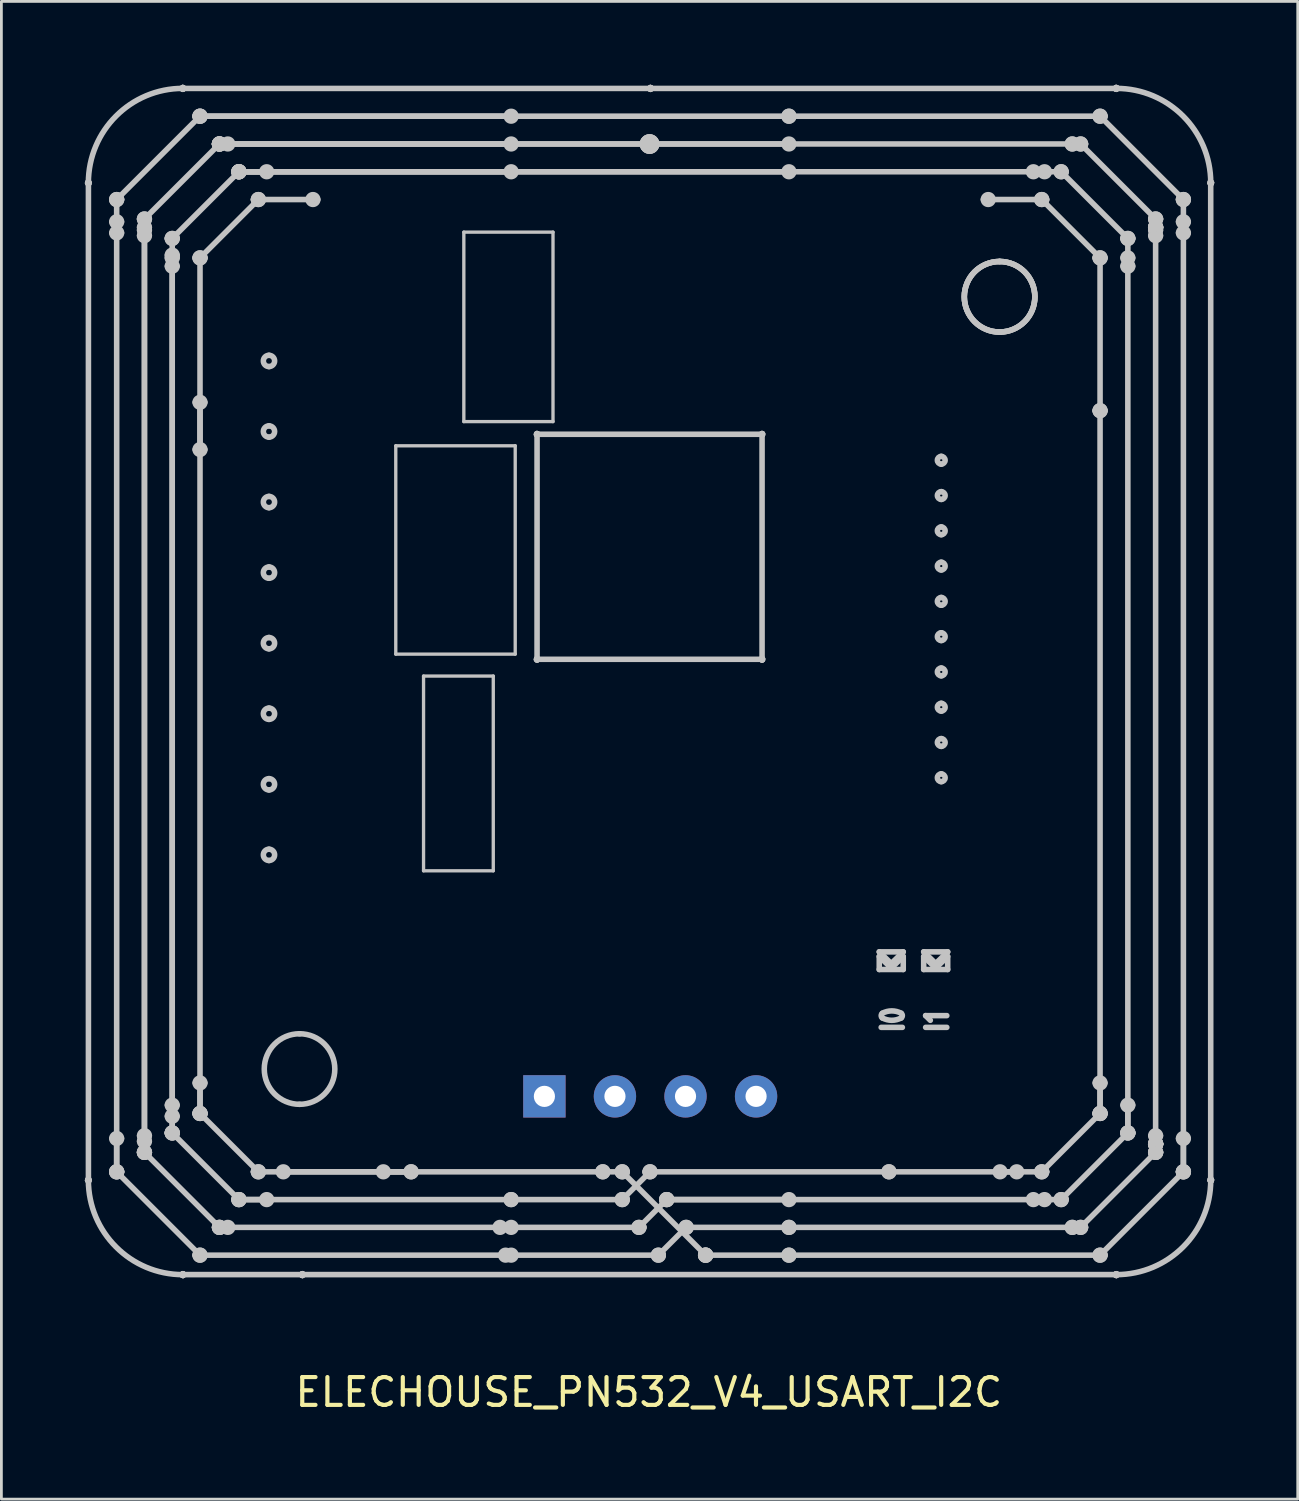
<source format=kicad_pcb>
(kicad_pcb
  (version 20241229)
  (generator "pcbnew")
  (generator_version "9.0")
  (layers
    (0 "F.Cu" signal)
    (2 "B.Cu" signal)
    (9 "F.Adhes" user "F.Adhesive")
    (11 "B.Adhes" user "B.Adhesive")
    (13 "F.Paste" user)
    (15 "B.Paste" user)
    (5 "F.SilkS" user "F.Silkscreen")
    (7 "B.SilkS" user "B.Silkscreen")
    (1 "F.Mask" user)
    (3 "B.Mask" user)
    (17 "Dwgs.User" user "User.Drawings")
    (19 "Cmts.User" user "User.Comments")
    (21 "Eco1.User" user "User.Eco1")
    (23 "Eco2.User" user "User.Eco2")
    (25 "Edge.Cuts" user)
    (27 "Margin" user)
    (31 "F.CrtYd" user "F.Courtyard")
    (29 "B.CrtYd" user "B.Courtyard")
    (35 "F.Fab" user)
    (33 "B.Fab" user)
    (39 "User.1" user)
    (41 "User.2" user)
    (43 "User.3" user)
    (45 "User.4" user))
  (footprint "ELECHOUSE_PN532_V4_USART_I2C"
    (layer "F.Cu")
    (at 20.337 16.597)
    (property "Reference" "ELECHOUSE_PN532_V4_USART_I2C" (at -0.03 30.47 0) (layer "F.SilkS") (effects (font (size 1 1) (thickness 0.15))))
    (attr through_hole)
    (fp_line (start -20.204 22.836) (end -20.204 -13.064) (stroke (width 0.2) (type solid)) (layer "Dwgs.User"))
    (fp_line (start -19.187 -12.464) (end -16.187 -15.464) (stroke (width 0.2) (type solid)) (layer "Dwgs.User"))
    (fp_line (start -19.187 -11.264) (end -19.187 -12.464) (stroke (width 0.2) (type solid)) (layer "Dwgs.User"))
    (fp_line (start -19.187 22.536) (end -19.187 -11.664) (stroke (width 0.2) (type solid)) (layer "Dwgs.User"))
    (fp_line (start -19.187 22.536) (end -19.187 21.336) (stroke (width 0.2) (type solid)) (layer "Dwgs.User"))
    (fp_line (start -18.187 -11.764) (end -15.487 -14.464) (stroke (width 0.2) (type solid)) (layer "Dwgs.User"))
    (fp_line (start -18.187 -11.164) (end -18.187 -11.764) (stroke (width 0.2) (type solid)) (layer "Dwgs.User"))
    (fp_line (start -18.187 21.436) (end -18.187 -11.464) (stroke (width 0.2) (type solid)) (layer "Dwgs.User"))
    (fp_line (start -18.187 21.836) (end -18.187 -11.364) (stroke (width 0.2) (type solid)) (layer "Dwgs.User"))
    (fp_line (start -18.187 21.836) (end -18.187 21.236) (stroke (width 0.2) (type solid)) (layer "Dwgs.User"))
    (fp_line (start -17.187 -11.064) (end -14.787 -13.464) (stroke (width 0.2) (type solid)) (layer "Dwgs.User"))
    (fp_line (start -17.187 -10.064) (end -17.187 -11.064) (stroke (width 0.2) (type solid)) (layer "Dwgs.User"))
    (fp_line (start -17.187 20.536) (end -17.187 -10.364) (stroke (width 0.2) (type solid)) (layer "Dwgs.User"))
    (fp_line (start -17.187 21.136) (end -17.187 -10.464) (stroke (width 0.2) (type solid)) (layer "Dwgs.User"))
    (fp_line (start -17.187 21.136) (end -17.187 20.136) (stroke (width 0.2) (type solid)) (layer "Dwgs.User"))
    (fp_line (start -16.187 -10.364) (end -14.087 -12.464) (stroke (width 0.2) (type solid)) (layer "Dwgs.User"))
    (fp_line (start -16.187 -3.464) (end -16.187 -10.364) (stroke (width 0.2) (type solid)) (layer "Dwgs.User"))
    (fp_line (start -16.187 20.436) (end -16.187 -5.164) (stroke (width 0.2) (type solid)) (layer "Dwgs.User"))
    (fp_line (start -16.187 20.436) (end -16.187 19.336) (stroke (width 0.2) (type solid)) (layer "Dwgs.User"))
    (fp_line (start -16.187 25.536) (end -19.187 22.536) (stroke (width 0.2) (type solid)) (layer "Dwgs.User"))
    (fp_line (start -15.487 24.536) (end -18.187 21.836) (stroke (width 0.2) (type solid)) (layer "Dwgs.User"))
    (fp_line (start -15.187 -14.464) (end -15.487 -14.464) (stroke (width 0.2) (type solid)) (layer "Dwgs.User"))
    (fp_line (start -15.187 24.536) (end -15.487 24.536) (stroke (width 0.2) (type solid)) (layer "Dwgs.User"))
    (fp_line (start -14.787 23.536) (end -17.187 21.136) (stroke (width 0.2) (type solid)) (layer "Dwgs.User"))
    (fp_line (start -14.087 22.536) (end -16.187 20.436) (stroke (width 0.2) (type solid)) (layer "Dwgs.User"))
    (fp_line (start -13.787 -13.464) (end -14.787 -13.464) (stroke (width 0.2) (type solid)) (layer "Dwgs.User"))
    (fp_line (start -13.787 23.536) (end -14.787 23.536) (stroke (width 0.2) (type solid)) (layer "Dwgs.User"))
    (fp_line (start -12.504 26.236) (end -16.804 26.236) (stroke (width 0.2) (type solid)) (layer "Dwgs.User"))
    (fp_line (start -12.121 -12.464) (end -14.087 -12.464) (stroke (width 0.2) (type solid)) (layer "Dwgs.User"))
    (fp_line (start -9.14 -3.6) (end -4.84 -3.6) (stroke (width 0.12) (type solid)) (layer "Dwgs.User"))
    (fp_line (start -9.14 3.9) (end -9.14 -3.6) (stroke (width 0.12) (type solid)) (layer "Dwgs.User"))
    (fp_line (start -8.587 22.536) (end -14.087 22.536) (stroke (width 0.2) (type solid)) (layer "Dwgs.User"))
    (fp_line (start -8.587 22.536) (end -13.187 22.536) (stroke (width 0.2) (type solid)) (layer "Dwgs.User"))
    (fp_line (start -8.14 4.69) (end -5.63 4.69) (stroke (width 0.12) (type solid)) (layer "Dwgs.User"))
    (fp_line (start -8.14 11.7) (end -8.14 4.69) (stroke (width 0.12) (type solid)) (layer "Dwgs.User"))
    (fp_line (start -6.69 -11.29) (end -3.48 -11.29) (stroke (width 0.12) (type solid)) (layer "Dwgs.User"))
    (fp_line (start -6.69 -4.47) (end -6.69 -11.29) (stroke (width 0.12) (type solid)) (layer "Dwgs.User"))
    (fp_line (start -5.63 4.69) (end -5.63 11.7) (stroke (width 0.12) (type solid)) (layer "Dwgs.User"))
    (fp_line (start -5.63 11.7) (end -8.14 11.7) (stroke (width 0.12) (type solid)) (layer "Dwgs.User"))
    (fp_line (start -4.987 -15.464) (end -16.187 -15.464) (stroke (width 0.2) (type solid)) (layer "Dwgs.User"))
    (fp_line (start -4.987 -14.464) (end -15.487 -14.464) (stroke (width 0.2) (type solid)) (layer "Dwgs.User"))
    (fp_line (start -4.987 -13.464) (end -14.787 -13.464) (stroke (width 0.2) (type solid)) (layer "Dwgs.User"))
    (fp_line (start -4.987 23.536) (end -14.787 23.536) (stroke (width 0.2) (type solid)) (layer "Dwgs.User"))
    (fp_line (start -4.987 24.536) (end -15.487 24.536) (stroke (width 0.2) (type solid)) (layer "Dwgs.User"))
    (fp_line (start -4.987 25.536) (end -16.187 25.536) (stroke (width 0.2) (type solid)) (layer "Dwgs.User"))
    (fp_line (start -4.84 -3.6) (end -4.84 3.9) (stroke (width 0.12) (type solid)) (layer "Dwgs.User"))
    (fp_line (start -4.84 3.9) (end -9.14 3.9) (stroke (width 0.12) (type solid)) (layer "Dwgs.User"))
    (fp_line (start -4.054 4.086) (end -4.054 -4.014) (stroke (width 0.2) (type solid)) (layer "Dwgs.User"))
    (fp_line (start -3.48 -11.29) (end -3.48 -4.47) (stroke (width 0.12) (type solid)) (layer "Dwgs.User"))
    (fp_line (start -3.48 -4.47) (end -6.69 -4.47) (stroke (width 0.12) (type solid)) (layer "Dwgs.User"))
    (fp_line (start -1.687 22.536) (end -9.587 22.536) (stroke (width 0.2) (type solid)) (layer "Dwgs.User"))
    (fp_line (start -0.987 22.536) (end -1.687 22.536) (stroke (width 0.2) (type solid)) (layer "Dwgs.User"))
    (fp_line (start -0.987 23.536) (end -4.987 23.536) (stroke (width 0.2) (type solid)) (layer "Dwgs.User"))
    (fp_line (start -0.987 23.536) (end 0.013 22.536) (stroke (width 0.2) (type solid)) (layer "Dwgs.User"))
    (fp_line (start -0.387 24.536) (end -5.387 24.536) (stroke (width 0.2) (type solid)) (layer "Dwgs.User"))
    (fp_line (start -0.387 24.536) (end 0.613 23.536) (stroke (width 0.2) (type solid)) (layer "Dwgs.User"))
    (fp_line (start -0.004 -14.464) (end -15.487 -14.464) (stroke (width 0.2) (type solid)) (layer "Dwgs.User"))
    (fp_line (start -0.004 -14.464) (end -15.487 -14.464) (stroke (width 0.2) (type solid)) (layer "Dwgs.User"))
    (fp_line (start 0.03 -16.464) (end -16.804 -16.464) (stroke (width 0.2) (type solid)) (layer "Dwgs.User"))
    (fp_line (start 0.313 25.536) (end -5.187 25.536) (stroke (width 0.2) (type solid)) (layer "Dwgs.User"))
    (fp_line (start 0.313 25.536) (end 1.313 24.536) (stroke (width 0.2) (type solid)) (layer "Dwgs.User"))
    (fp_line (start 2.013 25.536) (end -0.987 22.536) (stroke (width 0.2) (type solid)) (layer "Dwgs.User"))
    (fp_line (start 2.013 25.536) (end 2.013 25.536) (stroke (width 0.2) (type solid)) (layer "Dwgs.User"))
    (fp_line (start 4.046 -4.014) (end -4.054 -4.014) (stroke (width 0.2) (type solid)) (layer "Dwgs.User"))
    (fp_line (start 4.046 4.086) (end -4.054 4.086) (stroke (width 0.2) (type solid)) (layer "Dwgs.User"))
    (fp_line (start 4.046 4.086) (end 4.046 -4.014) (stroke (width 0.2) (type solid)) (layer "Dwgs.User"))
    (fp_line (start 5.013 -15.464) (end -16.187 -15.464) (stroke (width 0.2) (type solid)) (layer "Dwgs.User"))
    (fp_line (start 5.013 -14.464) (end -0.004 -14.464) (stroke (width 0.2) (type solid)) (layer "Dwgs.User"))
    (fp_line (start 5.013 -13.464) (end -14.787 -13.464) (stroke (width 0.2) (type solid)) (layer "Dwgs.User"))
    (fp_line (start 5.013 23.536) (end 0.613 23.536) (stroke (width 0.2) (type solid)) (layer "Dwgs.User"))
    (fp_line (start 5.013 24.536) (end 1.313 24.536) (stroke (width 0.2) (type solid)) (layer "Dwgs.User"))
    (fp_line (start 5.013 25.536) (end 2.013 25.536) (stroke (width 0.2) (type solid)) (layer "Dwgs.User"))
    (fp_line (start 8.264 14.618) (end 9.128 14.618) (stroke (width 0.2) (type solid)) (layer "Dwgs.User"))
    (fp_line (start 8.264 14.784) (end 8.696 15.203) (stroke (width 0.2) (type solid)) (layer "Dwgs.User"))
    (fp_line (start 8.264 15.253) (end 8.264 14.784) (stroke (width 0.2) (type solid)) (layer "Dwgs.User"))
    (fp_line (start 8.613 22.536) (end 0.013 22.536) (stroke (width 0.2) (type solid)) (layer "Dwgs.User"))
    (fp_line (start 8.696 15.038) (end 8.264 14.618) (stroke (width 0.2) (type solid)) (layer "Dwgs.User"))
    (fp_line (start 8.696 15.203) (end 9.128 14.784) (stroke (width 0.2) (type solid)) (layer "Dwgs.User"))
    (fp_line (start 9.096 17.336) (end 8.334 17.336) (stroke (width 0.2) (type solid)) (layer "Dwgs.User"))
    (fp_line (start 9.128 14.618) (end 8.696 15.038) (stroke (width 0.2) (type solid)) (layer "Dwgs.User"))
    (fp_line (start 9.128 14.784) (end 9.128 15.253) (stroke (width 0.2) (type solid)) (layer "Dwgs.User"))
    (fp_line (start 9.128 15.253) (end 8.264 15.253) (stroke (width 0.2) (type solid)) (layer "Dwgs.User"))
    (fp_line (start 9.864 14.618) (end 10.728 14.618) (stroke (width 0.2) (type solid)) (layer "Dwgs.User"))
    (fp_line (start 9.864 14.784) (end 10.296 15.203) (stroke (width 0.2) (type solid)) (layer "Dwgs.User"))
    (fp_line (start 9.864 15.253) (end 9.864 14.784) (stroke (width 0.2) (type solid)) (layer "Dwgs.User"))
    (fp_line (start 9.934 16.913) (end 10.696 16.913) (stroke (width 0.2) (type solid)) (layer "Dwgs.User"))
    (fp_line (start 10.103 17.082) (end 9.934 16.913) (stroke (width 0.2) (type solid)) (layer "Dwgs.User"))
    (fp_line (start 10.296 15.038) (end 9.864 14.618) (stroke (width 0.2) (type solid)) (layer "Dwgs.User"))
    (fp_line (start 10.296 15.203) (end 10.728 14.784) (stroke (width 0.2) (type solid)) (layer "Dwgs.User"))
    (fp_line (start 10.696 17.336) (end 9.934 17.336) (stroke (width 0.2) (type solid)) (layer "Dwgs.User"))
    (fp_line (start 10.728 14.618) (end 10.296 15.038) (stroke (width 0.2) (type solid)) (layer "Dwgs.User"))
    (fp_line (start 10.728 14.784) (end 10.728 15.253) (stroke (width 0.2) (type solid)) (layer "Dwgs.User"))
    (fp_line (start 10.728 15.253) (end 9.864 15.253) (stroke (width 0.2) (type solid)) (layer "Dwgs.User"))
    (fp_line (start 13.213 22.536) (end 8.613 22.536) (stroke (width 0.2) (type solid)) (layer "Dwgs.User"))
    (fp_line (start 14.113 -12.464) (end 12.187 -12.464) (stroke (width 0.2) (type solid)) (layer "Dwgs.User"))
    (fp_line (start 14.113 22.536) (end 12.613 22.536) (stroke (width 0.2) (type solid)) (layer "Dwgs.User"))
    (fp_line (start 14.113 22.536) (end 16.213 20.436) (stroke (width 0.2) (type solid)) (layer "Dwgs.User"))
    (fp_line (start 14.213 -13.464) (end -14.787 -13.464) (stroke (width 0.2) (type solid)) (layer "Dwgs.User"))
    (fp_line (start 14.213 23.536) (end 0.613 23.536) (stroke (width 0.2) (type solid)) (layer "Dwgs.User"))
    (fp_line (start 14.813 -13.464) (end 13.813 -13.464) (stroke (width 0.2) (type solid)) (layer "Dwgs.User"))
    (fp_line (start 14.813 23.536) (end 13.813 23.536) (stroke (width 0.2) (type solid)) (layer "Dwgs.User"))
    (fp_line (start 14.813 23.536) (end 17.213 21.136) (stroke (width 0.2) (type solid)) (layer "Dwgs.User"))
    (fp_line (start 15.213 -14.464) (end -0.004 -14.464) (stroke (width 0.2) (type solid)) (layer "Dwgs.User"))
    (fp_line (start 15.213 24.536) (end 5.013 24.536) (stroke (width 0.2) (type solid)) (layer "Dwgs.User"))
    (fp_line (start 15.513 -14.464) (end 15.213 -14.464) (stroke (width 0.2) (type solid)) (layer "Dwgs.User"))
    (fp_line (start 15.513 24.536) (end 15.213 24.536) (stroke (width 0.2) (type solid)) (layer "Dwgs.User"))
    (fp_line (start 15.513 24.536) (end 18.213 21.836) (stroke (width 0.2) (type solid)) (layer "Dwgs.User"))
    (fp_line (start 16.213 -15.464) (end 5.013 -15.464) (stroke (width 0.2) (type solid)) (layer "Dwgs.User"))
    (fp_line (start 16.213 -10.364) (end 14.113 -12.464) (stroke (width 0.2) (type solid)) (layer "Dwgs.User"))
    (fp_line (start 16.213 -4.864) (end 16.213 -10.364) (stroke (width 0.2) (type solid)) (layer "Dwgs.User"))
    (fp_line (start 16.213 20.436) (end 16.213 -4.864) (stroke (width 0.2) (type solid)) (layer "Dwgs.User"))
    (fp_line (start 16.213 20.436) (end 16.213 19.336) (stroke (width 0.2) (type solid)) (layer "Dwgs.User"))
    (fp_line (start 16.213 25.536) (end 5.013 25.536) (stroke (width 0.2) (type solid)) (layer "Dwgs.User"))
    (fp_line (start 16.213 25.536) (end 19.213 22.536) (stroke (width 0.2) (type solid)) (layer "Dwgs.User"))
    (fp_line (start 16.796 -16.464) (end 0.03 -16.464) (stroke (width 0.2) (type solid)) (layer "Dwgs.User"))
    (fp_line (start 16.796 26.236) (end -12.504 26.236) (stroke (width 0.2) (type solid)) (layer "Dwgs.User"))
    (fp_line (start 17.213 -11.064) (end 14.813 -13.464) (stroke (width 0.2) (type solid)) (layer "Dwgs.User"))
    (fp_line (start 17.213 -10.064) (end 17.213 -11.064) (stroke (width 0.2) (type solid)) (layer "Dwgs.User"))
    (fp_line (start 17.213 21.136) (end 17.213 -10.364) (stroke (width 0.2) (type solid)) (layer "Dwgs.User"))
    (fp_line (start 17.213 21.136) (end 17.213 20.136) (stroke (width 0.2) (type solid)) (layer "Dwgs.User"))
    (fp_line (start 18.213 -11.764) (end 15.513 -14.464) (stroke (width 0.2) (type solid)) (layer "Dwgs.User"))
    (fp_line (start 18.213 -11.464) (end 18.213 -11.464) (stroke (width 0.2) (type solid)) (layer "Dwgs.User"))
    (fp_line (start 18.213 -11.464) (end 18.213 -11.764) (stroke (width 0.2) (type solid)) (layer "Dwgs.User"))
    (fp_line (start 18.213 -11.164) (end 18.213 -11.464) (stroke (width 0.2) (type solid)) (layer "Dwgs.User"))
    (fp_line (start 18.213 21.536) (end 18.213 21.536) (stroke (width 0.2) (type solid)) (layer "Dwgs.User"))
    (fp_line (start 18.213 21.536) (end 18.213 -11.364) (stroke (width 0.2) (type solid)) (layer "Dwgs.User"))
    (fp_line (start 18.213 21.536) (end 18.213 21.236) (stroke (width 0.2) (type solid)) (layer "Dwgs.User"))
    (fp_line (start 18.213 21.836) (end 18.213 21.536) (stroke (width 0.2) (type solid)) (layer "Dwgs.User"))
    (fp_line (start 18.213 21.836) (end 18.213 21.536) (stroke (width 0.2) (type solid)) (layer "Dwgs.User"))
    (fp_line (start 19.213 -12.464) (end 16.213 -15.464) (stroke (width 0.2) (type solid)) (layer "Dwgs.User"))
    (fp_line (start 19.213 -11.264) (end 19.213 -12.464) (stroke (width 0.2) (type solid)) (layer "Dwgs.User"))
    (fp_line (start 19.213 22.536) (end 19.213 -11.664) (stroke (width 0.2) (type solid)) (layer "Dwgs.User"))
    (fp_line (start 19.213 22.536) (end 19.213 21.336) (stroke (width 0.2) (type solid)) (layer "Dwgs.User"))
    (fp_line (start 20.196 22.836) (end 20.196 -13.064) (stroke (width 0.2) (type solid)) (layer "Dwgs.User"))
    (fp_arc (start -20.205466 -13.095741) (mid -20.173716 -13.063991) (end -20.205466 -13.032241) (stroke (width 0.2) (type solid)) (layer "Dwgs.User"))
    (fp_arc (start -20.205466 -13.063991) (mid -19.209198 -15.469195) (end -16.803994 -16.465463) (stroke (width 0.2) (type solid)) (layer "Dwgs.User"))
    (fp_arc (start -20.205466 -13.032241) (mid -20.237216 -13.063991) (end -20.205466 -13.095741) (stroke (width 0.2) (type solid)) (layer "Dwgs.User"))
    (fp_arc (start -20.205466 22.804258) (mid -20.173716 22.836008) (end -20.205466 22.867758) (stroke (width 0.2) (type solid)) (layer "Dwgs.User"))
    (fp_arc (start -20.205466 22.867758) (mid -20.237216 22.836008) (end -20.205466 22.804258) (stroke (width 0.2) (type solid)) (layer "Dwgs.User"))
    (fp_arc (start -20.203995 -13.095741) (mid -20.172245 -13.063991) (end -20.203995 -13.032241) (stroke (width 0.2) (type solid)) (layer "Dwgs.User"))
    (fp_arc (start -20.203995 -13.032241) (mid -20.235745 -13.063991) (end -20.203995 -13.095741) (stroke (width 0.2) (type solid)) (layer "Dwgs.User"))
    (fp_arc (start -20.203995 22.804258) (mid -20.172245 22.836008) (end -20.203995 22.867758) (stroke (width 0.2) (type solid)) (layer "Dwgs.User"))
    (fp_arc (start -20.203995 22.867758) (mid -20.235745 22.836008) (end -20.203995 22.804258) (stroke (width 0.2) (type solid)) (layer "Dwgs.User"))
    (fp_arc (start -19.361992 -12.463995) (mid -19.186994 -12.638993) (end -19.011996 -12.463995) (stroke (width 0.2) (type solid)) (layer "Dwgs.User"))
    (fp_arc (start -19.361992 -12.463995) (mid -19.186994 -12.638993) (end -19.011996 -12.463995) (stroke (width 0.2) (type solid)) (layer "Dwgs.User"))
    (fp_arc (start -19.361992 -11.663971) (mid -19.186994 -11.838969) (end -19.011996 -11.663971) (stroke (width 0.2) (type solid)) (layer "Dwgs.User"))
    (fp_arc (start -19.361992 -11.263972) (mid -19.186994 -11.43897) (end -19.011996 -11.263972) (stroke (width 0.2) (type solid)) (layer "Dwgs.User"))
    (fp_arc (start -19.361992 21.336014) (mid -19.186994 21.161016) (end -19.011996 21.336014) (stroke (width 0.2) (type solid)) (layer "Dwgs.User"))
    (fp_arc (start -19.361992 22.536011) (mid -19.186994 22.361013) (end -19.011996 22.536011) (stroke (width 0.2) (type solid)) (layer "Dwgs.User"))
    (fp_arc (start -19.361992 22.536011) (mid -19.186994 22.361013) (end -19.011996 22.536011) (stroke (width 0.2) (type solid)) (layer "Dwgs.User"))
    (fp_arc (start -19.361992 22.536011) (mid -19.186994 22.361013) (end -19.011996 22.536011) (stroke (width 0.2) (type solid)) (layer "Dwgs.User"))
    (fp_arc (start -19.011995 -12.463995) (mid -19.186994 -12.288996) (end -19.361993 -12.463995) (stroke (width 0.2) (type solid)) (layer "Dwgs.User"))
    (fp_arc (start -19.011995 -12.463995) (mid -19.186994 -12.288996) (end -19.361993 -12.463995) (stroke (width 0.2) (type solid)) (layer "Dwgs.User"))
    (fp_arc (start -19.011995 -11.663971) (mid -19.186994 -11.488972) (end -19.361993 -11.663971) (stroke (width 0.2) (type solid)) (layer "Dwgs.User"))
    (fp_arc (start -19.011995 -11.263972) (mid -19.186994 -11.088973) (end -19.361993 -11.263972) (stroke (width 0.2) (type solid)) (layer "Dwgs.User"))
    (fp_arc (start -19.011995 21.336014) (mid -19.186994 21.511013) (end -19.361993 21.336014) (stroke (width 0.2) (type solid)) (layer "Dwgs.User"))
    (fp_arc (start -19.011995 22.536011) (mid -19.186994 22.71101) (end -19.361993 22.536011) (stroke (width 0.2) (type solid)) (layer "Dwgs.User"))
    (fp_arc (start -19.011995 22.536011) (mid -19.186994 22.71101) (end -19.361993 22.536011) (stroke (width 0.2) (type solid)) (layer "Dwgs.User"))
    (fp_arc (start -19.011995 22.536011) (mid -19.186994 22.71101) (end -19.361993 22.536011) (stroke (width 0.2) (type solid)) (layer "Dwgs.User"))
    (fp_arc (start -18.361994 -11.763971) (mid -18.186996 -11.938969) (end -18.011998 -11.763971) (stroke (width 0.2) (type solid)) (layer "Dwgs.User"))
    (fp_arc (start -18.361994 -11.763971) (mid -18.186996 -11.938969) (end -18.011998 -11.763971) (stroke (width 0.2) (type solid)) (layer "Dwgs.User"))
    (fp_arc (start -18.361994 -11.463972) (mid -18.186996 -11.63897) (end -18.011998 -11.463972) (stroke (width 0.2) (type solid)) (layer "Dwgs.User"))
    (fp_arc (start -18.361994 -11.363972) (mid -18.186996 -11.53897) (end -18.011998 -11.363972) (stroke (width 0.2) (type solid)) (layer "Dwgs.User"))
    (fp_arc (start -18.361994 -11.163972) (mid -18.186996 -11.33897) (end -18.011998 -11.163972) (stroke (width 0.2) (type solid)) (layer "Dwgs.User"))
    (fp_arc (start -18.361994 21.236014) (mid -18.186996 21.061016) (end -18.011998 21.236014) (stroke (width 0.2) (type solid)) (layer "Dwgs.User"))
    (fp_arc (start -18.361994 21.436013) (mid -18.186996 21.261015) (end -18.011998 21.436013) (stroke (width 0.2) (type solid)) (layer "Dwgs.User"))
    (fp_arc (start -18.361994 21.836013) (mid -18.186996 21.661015) (end -18.011998 21.836013) (stroke (width 0.2) (type solid)) (layer "Dwgs.User"))
    (fp_arc (start -18.361994 21.836013) (mid -18.186996 21.661015) (end -18.011998 21.836013) (stroke (width 0.2) (type solid)) (layer "Dwgs.User"))
    (fp_arc (start -18.361994 21.836013) (mid -18.186996 21.661015) (end -18.011998 21.836013) (stroke (width 0.2) (type solid)) (layer "Dwgs.User"))
    (fp_arc (start -18.011997 -11.763971) (mid -18.186996 -11.588972) (end -18.361995 -11.763971) (stroke (width 0.2) (type solid)) (layer "Dwgs.User"))
    (fp_arc (start -18.011997 -11.763971) (mid -18.186996 -11.588972) (end -18.361995 -11.763971) (stroke (width 0.2) (type solid)) (layer "Dwgs.User"))
    (fp_arc (start -18.011997 -11.463972) (mid -18.186996 -11.288973) (end -18.361995 -11.463972) (stroke (width 0.2) (type solid)) (layer "Dwgs.User"))
    (fp_arc (start -18.011997 -11.363972) (mid -18.186996 -11.188973) (end -18.361995 -11.363972) (stroke (width 0.2) (type solid)) (layer "Dwgs.User"))
    (fp_arc (start -18.011997 -11.163972) (mid -18.186996 -10.988973) (end -18.361995 -11.163972) (stroke (width 0.2) (type solid)) (layer "Dwgs.User"))
    (fp_arc (start -18.011997 21.236014) (mid -18.186996 21.411013) (end -18.361995 21.236014) (stroke (width 0.2) (type solid)) (layer "Dwgs.User"))
    (fp_arc (start -18.011997 21.436013) (mid -18.186996 21.611012) (end -18.361995 21.436013) (stroke (width 0.2) (type solid)) (layer "Dwgs.User"))
    (fp_arc (start -18.011997 21.836013) (mid -18.186996 22.011012) (end -18.361995 21.836013) (stroke (width 0.2) (type solid)) (layer "Dwgs.User"))
    (fp_arc (start -18.011997 21.836013) (mid -18.186996 22.011012) (end -18.361995 21.836013) (stroke (width 0.2) (type solid)) (layer "Dwgs.User"))
    (fp_arc (start -18.011997 21.836013) (mid -18.186996 22.011012) (end -18.361995 21.836013) (stroke (width 0.2) (type solid)) (layer "Dwgs.User"))
    (fp_arc (start -17.361996 -11.063972) (mid -17.186998 -11.23897) (end -17.012 -11.063972) (stroke (width 0.2) (type solid)) (layer "Dwgs.User"))
    (fp_arc (start -17.361996 -11.063972) (mid -17.186998 -11.23897) (end -17.012 -11.063972) (stroke (width 0.2) (type solid)) (layer "Dwgs.User"))
    (fp_arc (start -17.361996 -10.463974) (mid -17.186998 -10.638972) (end -17.012 -10.463974) (stroke (width 0.2) (type solid)) (layer "Dwgs.User"))
    (fp_arc (start -17.361996 -10.363974) (mid -17.186998 -10.538972) (end -17.012 -10.363974) (stroke (width 0.2) (type solid)) (layer "Dwgs.User"))
    (fp_arc (start -17.361996 -10.063974) (mid -17.186998 -10.238972) (end -17.012 -10.063974) (stroke (width 0.2) (type solid)) (layer "Dwgs.User"))
    (fp_arc (start -17.361996 20.136016) (mid -17.186998 19.961018) (end -17.012 20.136016) (stroke (width 0.2) (type solid)) (layer "Dwgs.User"))
    (fp_arc (start -17.361996 20.536015) (mid -17.186998 20.361017) (end -17.012 20.536015) (stroke (width 0.2) (type solid)) (layer "Dwgs.User"))
    (fp_arc (start -17.361996 21.136014) (mid -17.186998 20.961016) (end -17.012 21.136014) (stroke (width 0.2) (type solid)) (layer "Dwgs.User"))
    (fp_arc (start -17.361996 21.136014) (mid -17.186998 20.961016) (end -17.012 21.136014) (stroke (width 0.2) (type solid)) (layer "Dwgs.User"))
    (fp_arc (start -17.361996 21.136014) (mid -17.186998 20.961016) (end -17.012 21.136014) (stroke (width 0.2) (type solid)) (layer "Dwgs.User"))
    (fp_arc (start -17.011999 -11.063972) (mid -17.186998 -10.888973) (end -17.361997 -11.063972) (stroke (width 0.2) (type solid)) (layer "Dwgs.User"))
    (fp_arc (start -17.011999 -11.063972) (mid -17.186998 -10.888973) (end -17.361997 -11.063972) (stroke (width 0.2) (type solid)) (layer "Dwgs.User"))
    (fp_arc (start -17.011999 -10.463974) (mid -17.186998 -10.288975) (end -17.361997 -10.463974) (stroke (width 0.2) (type solid)) (layer "Dwgs.User"))
    (fp_arc (start -17.011999 -10.363974) (mid -17.186998 -10.188975) (end -17.361997 -10.363974) (stroke (width 0.2) (type solid)) (layer "Dwgs.User"))
    (fp_arc (start -17.011999 -10.063974) (mid -17.186998 -9.888975) (end -17.361997 -10.063974) (stroke (width 0.2) (type solid)) (layer "Dwgs.User"))
    (fp_arc (start -17.011999 20.136016) (mid -17.186998 20.311015) (end -17.361997 20.136016) (stroke (width 0.2) (type solid)) (layer "Dwgs.User"))
    (fp_arc (start -17.011999 20.536015) (mid -17.186998 20.711014) (end -17.361997 20.536015) (stroke (width 0.2) (type solid)) (layer "Dwgs.User"))
    (fp_arc (start -17.011999 21.136014) (mid -17.186998 21.311013) (end -17.361997 21.136014) (stroke (width 0.2) (type solid)) (layer "Dwgs.User"))
    (fp_arc (start -17.011999 21.136014) (mid -17.186998 21.311013) (end -17.361997 21.136014) (stroke (width 0.2) (type solid)) (layer "Dwgs.User"))
    (fp_arc (start -17.011999 21.136014) (mid -17.186998 21.311013) (end -17.361997 21.136014) (stroke (width 0.2) (type solid)) (layer "Dwgs.User"))
    (fp_arc (start -16.803994 -16.497213) (mid -16.772244 -16.465463) (end -16.803994 -16.433713) (stroke (width 0.2) (type solid)) (layer "Dwgs.User"))
    (fp_arc (start -16.803994 -16.495742) (mid -16.772244 -16.463992) (end -16.803994 -16.432242) (stroke (width 0.2) (type solid)) (layer "Dwgs.User"))
    (fp_arc (start -16.803994 -16.433713) (mid -16.835744 -16.465463) (end -16.803994 -16.497213) (stroke (width 0.2) (type solid)) (layer "Dwgs.User"))
    (fp_arc (start -16.803994 -16.432242) (mid -16.835744 -16.463992) (end -16.803994 -16.495742) (stroke (width 0.2) (type solid)) (layer "Dwgs.User"))
    (fp_arc (start -16.803994 26.204259) (mid -16.772244 26.236009) (end -16.803994 26.267759) (stroke (width 0.2) (type solid)) (layer "Dwgs.User"))
    (fp_arc (start -16.803994 26.205729) (mid -16.772244 26.237479) (end -16.803994 26.269229) (stroke (width 0.2) (type solid)) (layer "Dwgs.User"))
    (fp_arc (start -16.803994 26.23748) (mid -19.209198 25.241212) (end -20.205466 22.836008) (stroke (width 0.2) (type solid)) (layer "Dwgs.User"))
    (fp_arc (start -16.803994 26.267759) (mid -16.835744 26.236009) (end -16.803994 26.204259) (stroke (width 0.2) (type solid)) (layer "Dwgs.User"))
    (fp_arc (start -16.803994 26.269229) (mid -16.835744 26.237479) (end -16.803994 26.205729) (stroke (width 0.2) (type solid)) (layer "Dwgs.User"))
    (fp_arc (start -16.361998 -15.463989) (mid -16.187 -15.638987) (end -16.012002 -15.463989) (stroke (width 0.2) (type solid)) (layer "Dwgs.User"))
    (fp_arc (start -16.361998 -15.463989) (mid -16.187 -15.638987) (end -16.012002 -15.463989) (stroke (width 0.2) (type solid)) (layer "Dwgs.User"))
    (fp_arc (start -16.361998 -15.463989) (mid -16.187 -15.638987) (end -16.012002 -15.463989) (stroke (width 0.2) (type solid)) (layer "Dwgs.User"))
    (fp_arc (start -16.361998 -10.363974) (mid -16.187 -10.538972) (end -16.012002 -10.363974) (stroke (width 0.2) (type solid)) (layer "Dwgs.User"))
    (fp_arc (start -16.361998 -10.363974) (mid -16.187 -10.538972) (end -16.012002 -10.363974) (stroke (width 0.2) (type solid)) (layer "Dwgs.User"))
    (fp_arc (start -16.361998 -5.163984) (mid -16.187 -5.338982) (end -16.012002 -5.163984) (stroke (width 0.2) (type solid)) (layer "Dwgs.User"))
    (fp_arc (start -16.361998 -3.463988) (mid -16.187 -3.638986) (end -16.012002 -3.463988) (stroke (width 0.2) (type solid)) (layer "Dwgs.User"))
    (fp_arc (start -16.361998 19.336018) (mid -16.187 19.16102) (end -16.012002 19.336018) (stroke (width 0.2) (type solid)) (layer "Dwgs.User"))
    (fp_arc (start -16.361998 20.436015) (mid -16.187 20.261017) (end -16.012002 20.436015) (stroke (width 0.2) (type solid)) (layer "Dwgs.User"))
    (fp_arc (start -16.361998 20.436015) (mid -16.187 20.261017) (end -16.012002 20.436015) (stroke (width 0.2) (type solid)) (layer "Dwgs.User"))
    (fp_arc (start -16.361998 20.436015) (mid -16.187 20.261017) (end -16.012002 20.436015) (stroke (width 0.2) (type solid)) (layer "Dwgs.User"))
    (fp_arc (start -16.361998 25.536031) (mid -16.187 25.361033) (end -16.012002 25.536031) (stroke (width 0.2) (type solid)) (layer "Dwgs.User"))
    (fp_arc (start -16.361998 25.536031) (mid -16.187 25.361033) (end -16.012002 25.536031) (stroke (width 0.2) (type solid)) (layer "Dwgs.User"))
    (fp_arc (start -16.012001 -15.463989) (mid -16.187 -15.28899) (end -16.361999 -15.463989) (stroke (width 0.2) (type solid)) (layer "Dwgs.User"))
    (fp_arc (start -16.012001 -15.463989) (mid -16.187 -15.28899) (end -16.361999 -15.463989) (stroke (width 0.2) (type solid)) (layer "Dwgs.User"))
    (fp_arc (start -16.012001 -15.463989) (mid -16.187 -15.28899) (end -16.361999 -15.463989) (stroke (width 0.2) (type solid)) (layer "Dwgs.User"))
    (fp_arc (start -16.012001 -10.363974) (mid -16.187 -10.188975) (end -16.361999 -10.363974) (stroke (width 0.2) (type solid)) (layer "Dwgs.User"))
    (fp_arc (start -16.012001 -10.363974) (mid -16.187 -10.188975) (end -16.361999 -10.363974) (stroke (width 0.2) (type solid)) (layer "Dwgs.User"))
    (fp_arc (start -16.012001 -5.163984) (mid -16.187 -4.988985) (end -16.361999 -5.163984) (stroke (width 0.2) (type solid)) (layer "Dwgs.User"))
    (fp_arc (start -16.012001 -3.463988) (mid -16.187 -3.288989) (end -16.361999 -3.463988) (stroke (width 0.2) (type solid)) (layer "Dwgs.User"))
    (fp_arc (start -16.012001 19.336018) (mid -16.187 19.511017) (end -16.361999 19.336018) (stroke (width 0.2) (type solid)) (layer "Dwgs.User"))
    (fp_arc (start -16.012001 20.436015) (mid -16.187 20.611014) (end -16.361999 20.436015) (stroke (width 0.2) (type solid)) (layer "Dwgs.User"))
    (fp_arc (start -16.012001 20.436015) (mid -16.187 20.611014) (end -16.361999 20.436015) (stroke (width 0.2) (type solid)) (layer "Dwgs.User"))
    (fp_arc (start -16.012001 20.436015) (mid -16.187 20.611014) (end -16.361999 20.436015) (stroke (width 0.2) (type solid)) (layer "Dwgs.User"))
    (fp_arc (start -16.012001 25.536031) (mid -16.187 25.71103) (end -16.361999 25.536031) (stroke (width 0.2) (type solid)) (layer "Dwgs.User"))
    (fp_arc (start -16.012001 25.536031) (mid -16.187 25.71103) (end -16.361999 25.536031) (stroke (width 0.2) (type solid)) (layer "Dwgs.User"))
    (fp_arc (start -15.662001 -14.463991) (mid -15.487002 -14.63899) (end -15.312003 -14.463991) (stroke (width 0.2) (type solid)) (layer "Dwgs.User"))
    (fp_arc (start -15.662001 -14.463991) (mid -15.487002 -14.63899) (end -15.312003 -14.463991) (stroke (width 0.2) (type solid)) (layer "Dwgs.User"))
    (fp_arc (start -15.662001 -14.463991) (mid -15.487002 -14.63899) (end -15.312003 -14.463991) (stroke (width 0.2) (type solid)) (layer "Dwgs.User"))
    (fp_arc (start -15.662001 -14.463991) (mid -15.487002 -14.63899) (end -15.312003 -14.463991) (stroke (width 0.2) (type solid)) (layer "Dwgs.User"))
    (fp_arc (start -15.662001 -14.463991) (mid -15.487002 -14.63899) (end -15.312003 -14.463991) (stroke (width 0.2) (type solid)) (layer "Dwgs.User"))
    (fp_arc (start -15.662001 24.536007) (mid -15.487002 24.361008) (end -15.312003 24.536007) (stroke (width 0.2) (type solid)) (layer "Dwgs.User"))
    (fp_arc (start -15.662001 24.536007) (mid -15.487002 24.361008) (end -15.312003 24.536007) (stroke (width 0.2) (type solid)) (layer "Dwgs.User"))
    (fp_arc (start -15.662001 24.536007) (mid -15.487002 24.361008) (end -15.312003 24.536007) (stroke (width 0.2) (type solid)) (layer "Dwgs.User"))
    (fp_arc (start -15.362 -14.463991) (mid -15.187002 -14.638989) (end -15.012004 -14.463991) (stroke (width 0.2) (type solid)) (layer "Dwgs.User"))
    (fp_arc (start -15.362 24.536007) (mid -15.187002 24.361009) (end -15.012004 24.536007) (stroke (width 0.2) (type solid)) (layer "Dwgs.User"))
    (fp_arc (start -15.312004 -14.463991) (mid -15.487002 -14.288993) (end -15.662 -14.463991) (stroke (width 0.2) (type solid)) (layer "Dwgs.User"))
    (fp_arc (start -15.312004 -14.463991) (mid -15.487002 -14.288993) (end -15.662 -14.463991) (stroke (width 0.2) (type solid)) (layer "Dwgs.User"))
    (fp_arc (start -15.312004 -14.463991) (mid -15.487002 -14.288993) (end -15.662 -14.463991) (stroke (width 0.2) (type solid)) (layer "Dwgs.User"))
    (fp_arc (start -15.312004 -14.463991) (mid -15.487002 -14.288993) (end -15.662 -14.463991) (stroke (width 0.2) (type solid)) (layer "Dwgs.User"))
    (fp_arc (start -15.312004 -14.463991) (mid -15.487002 -14.288993) (end -15.662 -14.463991) (stroke (width 0.2) (type solid)) (layer "Dwgs.User"))
    (fp_arc (start -15.312004 24.536007) (mid -15.487002 24.711005) (end -15.662 24.536007) (stroke (width 0.2) (type solid)) (layer "Dwgs.User"))
    (fp_arc (start -15.312004 24.536007) (mid -15.487002 24.711005) (end -15.662 24.536007) (stroke (width 0.2) (type solid)) (layer "Dwgs.User"))
    (fp_arc (start -15.312004 24.536007) (mid -15.487002 24.711005) (end -15.662 24.536007) (stroke (width 0.2) (type solid)) (layer "Dwgs.User"))
    (fp_arc (start -15.012003 -14.463991) (mid -15.187002 -14.288992) (end -15.362001 -14.463991) (stroke (width 0.2) (type solid)) (layer "Dwgs.User"))
    (fp_arc (start -15.012003 24.536007) (mid -15.187002 24.711006) (end -15.362001 24.536007) (stroke (width 0.2) (type solid)) (layer "Dwgs.User"))
    (fp_arc (start -14.962001 -13.463993) (mid -14.787003 -13.638991) (end -14.612005 -13.463993) (stroke (width 0.2) (type solid)) (layer "Dwgs.User"))
    (fp_arc (start -14.962001 -13.463993) (mid -14.787003 -13.638991) (end -14.612005 -13.463993) (stroke (width 0.2) (type solid)) (layer "Dwgs.User"))
    (fp_arc (start -14.962001 -13.463993) (mid -14.787003 -13.638991) (end -14.612005 -13.463993) (stroke (width 0.2) (type solid)) (layer "Dwgs.User"))
    (fp_arc (start -14.962001 -13.463993) (mid -14.787003 -13.638991) (end -14.612005 -13.463993) (stroke (width 0.2) (type solid)) (layer "Dwgs.User"))
    (fp_arc (start -14.962001 -13.463993) (mid -14.787003 -13.638991) (end -14.612005 -13.463993) (stroke (width 0.2) (type solid)) (layer "Dwgs.User"))
    (fp_arc (start -14.962001 23.536009) (mid -14.787003 23.361011) (end -14.612005 23.536009) (stroke (width 0.2) (type solid)) (layer "Dwgs.User"))
    (fp_arc (start -14.962001 23.536009) (mid -14.787003 23.361011) (end -14.612005 23.536009) (stroke (width 0.2) (type solid)) (layer "Dwgs.User"))
    (fp_arc (start -14.962001 23.536009) (mid -14.787003 23.361011) (end -14.612005 23.536009) (stroke (width 0.2) (type solid)) (layer "Dwgs.User"))
    (fp_arc (start -14.612004 -13.463993) (mid -14.787003 -13.288994) (end -14.962002 -13.463993) (stroke (width 0.2) (type solid)) (layer "Dwgs.User"))
    (fp_arc (start -14.612004 -13.463993) (mid -14.787003 -13.288994) (end -14.962002 -13.463993) (stroke (width 0.2) (type solid)) (layer "Dwgs.User"))
    (fp_arc (start -14.612004 -13.463993) (mid -14.787003 -13.288994) (end -14.962002 -13.463993) (stroke (width 0.2) (type solid)) (layer "Dwgs.User"))
    (fp_arc (start -14.612004 -13.463993) (mid -14.787003 -13.288994) (end -14.962002 -13.463993) (stroke (width 0.2) (type solid)) (layer "Dwgs.User"))
    (fp_arc (start -14.612004 -13.463993) (mid -14.787003 -13.288994) (end -14.962002 -13.463993) (stroke (width 0.2) (type solid)) (layer "Dwgs.User"))
    (fp_arc (start -14.612004 23.536009) (mid -14.787003 23.711008) (end -14.962002 23.536009) (stroke (width 0.2) (type solid)) (layer "Dwgs.User"))
    (fp_arc (start -14.612004 23.536009) (mid -14.787003 23.711008) (end -14.962002 23.536009) (stroke (width 0.2) (type solid)) (layer "Dwgs.User"))
    (fp_arc (start -14.612004 23.536009) (mid -14.787003 23.711008) (end -14.962002 23.536009) (stroke (width 0.2) (type solid)) (layer "Dwgs.User"))
    (fp_arc (start -14.262004 -12.463995) (mid -14.087005 -12.638994) (end -13.912006 -12.463995) (stroke (width 0.2) (type solid)) (layer "Dwgs.User"))
    (fp_arc (start -14.262004 -12.463995) (mid -14.087005 -12.638994) (end -13.912006 -12.463995) (stroke (width 0.2) (type solid)) (layer "Dwgs.User"))
    (fp_arc (start -14.262004 22.536011) (mid -14.087005 22.361012) (end -13.912006 22.536011) (stroke (width 0.2) (type solid)) (layer "Dwgs.User"))
    (fp_arc (start -14.262004 22.536011) (mid -14.087005 22.361012) (end -13.912006 22.536011) (stroke (width 0.2) (type solid)) (layer "Dwgs.User"))
    (fp_arc (start -13.962003 -13.463993) (mid -13.787005 -13.638991) (end -13.612007 -13.463993) (stroke (width 0.2) (type solid)) (layer "Dwgs.User"))
    (fp_arc (start -13.962003 23.536009) (mid -13.787005 23.361011) (end -13.612007 23.536009) (stroke (width 0.2) (type solid)) (layer "Dwgs.User"))
    (fp_arc (start -13.912007 -12.463995) (mid -14.087005 -12.288997) (end -14.262003 -12.463995) (stroke (width 0.2) (type solid)) (layer "Dwgs.User"))
    (fp_arc (start -13.912007 -12.463995) (mid -14.087005 -12.288997) (end -14.262003 -12.463995) (stroke (width 0.2) (type solid)) (layer "Dwgs.User"))
    (fp_arc (start -13.912007 22.536011) (mid -14.087005 22.711009) (end -14.262003 22.536011) (stroke (width 0.2) (type solid)) (layer "Dwgs.User"))
    (fp_arc (start -13.912007 22.536011) (mid -14.087005 22.711009) (end -14.262003 22.536011) (stroke (width 0.2) (type solid)) (layer "Dwgs.User"))
    (fp_arc (start -13.703996 -6.857191) (mid -13.500796 -6.653991) (end -13.703996 -6.450791) (stroke (width 0.2) (type solid)) (layer "Dwgs.User"))
    (fp_arc (start -13.703996 -6.450791) (mid -13.907196 -6.653991) (end -13.703996 -6.857191) (stroke (width 0.2) (type solid)) (layer "Dwgs.User"))
    (fp_arc (start -13.703996 -4.317191) (mid -13.500796 -4.113991) (end -13.703996 -3.910791) (stroke (width 0.2) (type solid)) (layer "Dwgs.User"))
    (fp_arc (start -13.703996 -3.910791) (mid -13.907196 -4.113991) (end -13.703996 -4.317191) (stroke (width 0.2) (type solid)) (layer "Dwgs.User"))
    (fp_arc (start -13.703996 -1.777191) (mid -13.500796 -1.573991) (end -13.703996 -1.370791) (stroke (width 0.2) (type solid)) (layer "Dwgs.User"))
    (fp_arc (start -13.703996 -1.370791) (mid -13.907196 -1.573991) (end -13.703996 -1.777191) (stroke (width 0.2) (type solid)) (layer "Dwgs.User"))
    (fp_arc (start -13.703996 0.762809) (mid -13.500796 0.966009) (end -13.703996 1.169209) (stroke (width 0.2) (type solid)) (layer "Dwgs.User"))
    (fp_arc (start -13.703996 1.169209) (mid -13.907196 0.966009) (end -13.703996 0.762809) (stroke (width 0.2) (type solid)) (layer "Dwgs.User"))
    (fp_arc (start -13.703996 3.302809) (mid -13.500796 3.506009) (end -13.703996 3.709209) (stroke (width 0.2) (type solid)) (layer "Dwgs.User"))
    (fp_arc (start -13.703996 3.709209) (mid -13.907196 3.506009) (end -13.703996 3.302809) (stroke (width 0.2) (type solid)) (layer "Dwgs.User"))
    (fp_arc (start -13.703996 5.842809) (mid -13.500796 6.046009) (end -13.703996 6.249209) (stroke (width 0.2) (type solid)) (layer "Dwgs.User"))
    (fp_arc (start -13.703996 6.249209) (mid -13.907196 6.046009) (end -13.703996 5.842809) (stroke (width 0.2) (type solid)) (layer "Dwgs.User"))
    (fp_arc (start -13.703996 8.382809) (mid -13.500796 8.586009) (end -13.703996 8.789209) (stroke (width 0.2) (type solid)) (layer "Dwgs.User"))
    (fp_arc (start -13.703996 8.789209) (mid -13.907196 8.586009) (end -13.703996 8.382809) (stroke (width 0.2) (type solid)) (layer "Dwgs.User"))
    (fp_arc (start -13.703996 10.922809) (mid -13.500796 11.126009) (end -13.703996 11.329209) (stroke (width 0.2) (type solid)) (layer "Dwgs.User"))
    (fp_arc (start -13.703996 11.329209) (mid -13.907196 11.126009) (end -13.703996 10.922809) (stroke (width 0.2) (type solid)) (layer "Dwgs.User"))
    (fp_arc (start -13.612006 -13.463993) (mid -13.787005 -13.288994) (end -13.962004 -13.463993) (stroke (width 0.2) (type solid)) (layer "Dwgs.User"))
    (fp_arc (start -13.612006 23.536009) (mid -13.787005 23.711008) (end -13.962004 23.536009) (stroke (width 0.2) (type solid)) (layer "Dwgs.User"))
    (fp_arc (start -13.362004 22.536011) (mid -13.187006 22.361013) (end -13.012008 22.536011) (stroke (width 0.2) (type solid)) (layer "Dwgs.User"))
    (fp_arc (start -13.012007 22.536011) (mid -13.187006 22.71101) (end -13.362005 22.536011) (stroke (width 0.2) (type solid)) (layer "Dwgs.User"))
    (fp_arc (start -12.603995 17.566008) (mid -11.333995 18.836008) (end -12.603995 20.106008) (stroke (width 0.2) (type solid)) (layer "Dwgs.User"))
    (fp_arc (start -12.603995 20.106008) (mid -13.873995 18.836008) (end -12.603995 17.566008) (stroke (width 0.2) (type solid)) (layer "Dwgs.User"))
    (fp_arc (start -12.503995 26.204259) (mid -12.472245 26.236009) (end -12.503995 26.267759) (stroke (width 0.2) (type solid)) (layer "Dwgs.User"))
    (fp_arc (start -12.503995 26.204259) (mid -12.472245 26.236009) (end -12.503995 26.267759) (stroke (width 0.2) (type solid)) (layer "Dwgs.User"))
    (fp_arc (start -12.503995 26.267759) (mid -12.535745 26.236009) (end -12.503995 26.204259) (stroke (width 0.2) (type solid)) (layer "Dwgs.User"))
    (fp_arc (start -12.503995 26.267759) (mid -12.535745 26.236009) (end -12.503995 26.204259) (stroke (width 0.2) (type solid)) (layer "Dwgs.User"))
    (fp_arc (start -12.296474 -12.463995) (mid -12.121476 -12.638993) (end -11.946478 -12.463995) (stroke (width 0.2) (type solid)) (layer "Dwgs.User"))
    (fp_arc (start -11.946477 -12.463995) (mid -12.121476 -12.288996) (end -12.296475 -12.463995) (stroke (width 0.2) (type solid)) (layer "Dwgs.User"))
    (fp_arc (start -9.762013 22.536011) (mid -9.587014 22.361012) (end -9.412015 22.536011) (stroke (width 0.2) (type solid)) (layer "Dwgs.User"))
    (fp_arc (start -9.412016 22.536011) (mid -9.587014 22.711009) (end -9.762012 22.536011) (stroke (width 0.2) (type solid)) (layer "Dwgs.User"))
    (fp_arc (start -8.762015 22.536011) (mid -8.587016 22.361012) (end -8.412017 22.536011) (stroke (width 0.2) (type solid)) (layer "Dwgs.User"))
    (fp_arc (start -8.762015 22.536011) (mid -8.587016 22.361012) (end -8.412017 22.536011) (stroke (width 0.2) (type solid)) (layer "Dwgs.User"))
    (fp_arc (start -8.412018 22.536011) (mid -8.587016 22.711009) (end -8.762014 22.536011) (stroke (width 0.2) (type solid)) (layer "Dwgs.User"))
    (fp_arc (start -8.412018 22.536011) (mid -8.587016 22.711009) (end -8.762014 22.536011) (stroke (width 0.2) (type solid)) (layer "Dwgs.User"))
    (fp_arc (start -5.561996 24.536007) (mid -5.386997 24.361008) (end -5.211998 24.536007) (stroke (width 0.2) (type solid)) (layer "Dwgs.User"))
    (fp_arc (start -5.361995 25.536031) (mid -5.186997 25.361033) (end -5.011999 25.536031) (stroke (width 0.2) (type solid)) (layer "Dwgs.User"))
    (fp_arc (start -5.211999 24.536007) (mid -5.386997 24.711005) (end -5.561995 24.536007) (stroke (width 0.2) (type solid)) (layer "Dwgs.User"))
    (fp_arc (start -5.161995 -15.463989) (mid -4.986997 -15.638987) (end -4.811999 -15.463989) (stroke (width 0.2) (type solid)) (layer "Dwgs.User"))
    (fp_arc (start -5.161995 -14.463991) (mid -4.986997 -14.638989) (end -4.811999 -14.463991) (stroke (width 0.2) (type solid)) (layer "Dwgs.User"))
    (fp_arc (start -5.161995 -13.463993) (mid -4.986997 -13.638991) (end -4.811999 -13.463993) (stroke (width 0.2) (type solid)) (layer "Dwgs.User"))
    (fp_arc (start -5.161995 23.536009) (mid -4.986997 23.361011) (end -4.811999 23.536009) (stroke (width 0.2) (type solid)) (layer "Dwgs.User"))
    (fp_arc (start -5.161995 23.536009) (mid -4.986997 23.361011) (end -4.811999 23.536009) (stroke (width 0.2) (type solid)) (layer "Dwgs.User"))
    (fp_arc (start -5.161995 24.536007) (mid -4.986997 24.361009) (end -4.811999 24.536007) (stroke (width 0.2) (type solid)) (layer "Dwgs.User"))
    (fp_arc (start -5.161995 25.536031) (mid -4.986997 25.361033) (end -4.811999 25.536031) (stroke (width 0.2) (type solid)) (layer "Dwgs.User"))
    (fp_arc (start -5.011999 25.536031) (mid -5.186997 25.711029) (end -5.361995 25.536031) (stroke (width 0.2) (type solid)) (layer "Dwgs.User"))
    (fp_arc (start -4.811998 -15.463989) (mid -4.986997 -15.28899) (end -5.161996 -15.463989) (stroke (width 0.2) (type solid)) (layer "Dwgs.User"))
    (fp_arc (start -4.811998 -14.463991) (mid -4.986997 -14.288992) (end -5.161996 -14.463991) (stroke (width 0.2) (type solid)) (layer "Dwgs.User"))
    (fp_arc (start -4.811998 -13.463993) (mid -4.986997 -13.288994) (end -5.161996 -13.463993) (stroke (width 0.2) (type solid)) (layer "Dwgs.User"))
    (fp_arc (start -4.811998 23.536009) (mid -4.986997 23.711008) (end -5.161996 23.536009) (stroke (width 0.2) (type solid)) (layer "Dwgs.User"))
    (fp_arc (start -4.811998 23.536009) (mid -4.986997 23.711008) (end -5.161996 23.536009) (stroke (width 0.2) (type solid)) (layer "Dwgs.User"))
    (fp_arc (start -4.811998 24.536007) (mid -4.986997 24.711006) (end -5.161996 24.536007) (stroke (width 0.2) (type solid)) (layer "Dwgs.User"))
    (fp_arc (start -4.811998 25.536031) (mid -4.986997 25.71103) (end -5.161996 25.536031) (stroke (width 0.2) (type solid)) (layer "Dwgs.User"))
    (fp_arc (start -4.053995 -4.038991) (mid -4.028996 -4.013992) (end -4.053995 -3.988993) (stroke (width 0.2) (type solid)) (layer "Dwgs.User"))
    (fp_arc (start -4.053995 -4.038991) (mid -4.028996 -4.013992) (end -4.053995 -3.988993) (stroke (width 0.2) (type solid)) (layer "Dwgs.User"))
    (fp_arc (start -4.053995 -3.988994) (mid -4.078993 -4.013992) (end -4.053995 -4.03899) (stroke (width 0.2) (type solid)) (layer "Dwgs.User"))
    (fp_arc (start -4.053995 -3.988994) (mid -4.078993 -4.013992) (end -4.053995 -4.03899) (stroke (width 0.2) (type solid)) (layer "Dwgs.User"))
    (fp_arc (start -4.053995 4.061008) (mid -4.028996 4.086007) (end -4.053995 4.111006) (stroke (width 0.2) (type solid)) (layer "Dwgs.User"))
    (fp_arc (start -4.053995 4.061008) (mid -4.028996 4.086007) (end -4.053995 4.111006) (stroke (width 0.2) (type solid)) (layer "Dwgs.User"))
    (fp_arc (start -4.053995 4.111005) (mid -4.078993 4.086007) (end -4.053995 4.061009) (stroke (width 0.2) (type solid)) (layer "Dwgs.User"))
    (fp_arc (start -4.053995 4.111005) (mid -4.078993 4.086007) (end -4.053995 4.061009) (stroke (width 0.2) (type solid)) (layer "Dwgs.User"))
    (fp_arc (start -4.017195 19.836009) (mid -3.813995 19.632809) (end -3.610795 19.836009) (stroke (width 0.2) (type solid)) (layer "Dwgs.User"))
    (fp_arc (start -3.610795 19.836009) (mid -3.813995 20.039209) (end -4.017195 19.836009) (stroke (width 0.2) (type solid)) (layer "Dwgs.User"))
    (fp_arc (start -1.862002 22.536011) (mid -1.687004 22.361013) (end -1.512006 22.536011) (stroke (width 0.2) (type solid)) (layer "Dwgs.User"))
    (fp_arc (start -1.862002 22.536011) (mid -1.687004 22.361013) (end -1.512006 22.536011) (stroke (width 0.2) (type solid)) (layer "Dwgs.User"))
    (fp_arc (start -1.512006 22.536011) (mid -1.687004 22.711009) (end -1.862002 22.536011) (stroke (width 0.2) (type solid)) (layer "Dwgs.User"))
    (fp_arc (start -1.512006 22.536011) (mid -1.687004 22.711009) (end -1.862002 22.536011) (stroke (width 0.2) (type solid)) (layer "Dwgs.User"))
    (fp_arc (start -1.477195 19.836009) (mid -1.273995 19.632809) (end -1.070795 19.836009) (stroke (width 0.2) (type solid)) (layer "Dwgs.User"))
    (fp_arc (start -1.162003 22.536011) (mid -0.987005 22.361013) (end -0.812007 22.536011) (stroke (width 0.2) (type solid)) (layer "Dwgs.User"))
    (fp_arc (start -1.162003 22.536011) (mid -0.987005 22.361013) (end -0.812007 22.536011) (stroke (width 0.2) (type solid)) (layer "Dwgs.User"))
    (fp_arc (start -1.162003 23.536009) (mid -0.987005 23.361011) (end -0.812007 23.536009) (stroke (width 0.2) (type solid)) (layer "Dwgs.User"))
    (fp_arc (start -1.162003 23.536009) (mid -0.987005 23.361011) (end -0.812007 23.536009) (stroke (width 0.2) (type solid)) (layer "Dwgs.User"))
    (fp_arc (start -1.070795 19.836009) (mid -1.273995 20.039209) (end -1.477195 19.836009) (stroke (width 0.2) (type solid)) (layer "Dwgs.User"))
    (fp_arc (start -0.812006 22.536011) (mid -0.987005 22.71101) (end -1.162004 22.536011) (stroke (width 0.2) (type solid)) (layer "Dwgs.User"))
    (fp_arc (start -0.812006 22.536011) (mid -0.987005 22.71101) (end -1.162004 22.536011) (stroke (width 0.2) (type solid)) (layer "Dwgs.User"))
    (fp_arc (start -0.812006 23.536009) (mid -0.987005 23.711008) (end -1.162004 23.536009) (stroke (width 0.2) (type solid)) (layer "Dwgs.User"))
    (fp_arc (start -0.812006 23.536009) (mid -0.987005 23.711008) (end -1.162004 23.536009) (stroke (width 0.2) (type solid)) (layer "Dwgs.User"))
    (fp_arc (start -0.562006 24.536007) (mid -0.387007 24.361008) (end -0.212008 24.536007) (stroke (width 0.2) (type solid)) (layer "Dwgs.User"))
    (fp_arc (start -0.562006 24.536007) (mid -0.387007 24.361008) (end -0.212008 24.536007) (stroke (width 0.2) (type solid)) (layer "Dwgs.User"))
    (fp_arc (start -0.257995 -14.461995) (mid -0.003995 -14.715995) (end 0.250005 -14.461995) (stroke (width 0.2) (type solid)) (layer "Dwgs.User"))
    (fp_arc (start -0.257995 -14.461995) (mid -0.003995 -14.715995) (end 0.250005 -14.461995) (stroke (width 0.2) (type solid)) (layer "Dwgs.User"))
    (fp_arc (start -0.257995 -14.461995) (mid -0.003995 -14.715995) (end 0.250005 -14.461995) (stroke (width 0.2) (type solid)) (layer "Dwgs.User"))
    (fp_arc (start -0.212009 24.536007) (mid -0.387007 24.711005) (end -0.562005 24.536007) (stroke (width 0.2) (type solid)) (layer "Dwgs.User"))
    (fp_arc (start -0.212009 24.536007) (mid -0.387007 24.711005) (end -0.562005 24.536007) (stroke (width 0.2) (type solid)) (layer "Dwgs.User"))
    (fp_arc (start -0.178993 -14.463991) (mid -0.003995 -14.638989) (end 0.171003 -14.463991) (stroke (width 0.2) (type solid)) (layer "Dwgs.User"))
    (fp_arc (start -0.178993 -14.463991) (mid -0.003995 -14.638989) (end 0.171003 -14.463991) (stroke (width 0.2) (type solid)) (layer "Dwgs.User"))
    (fp_arc (start -0.178993 -14.463991) (mid -0.003995 -14.638989) (end 0.171003 -14.463991) (stroke (width 0.2) (type solid)) (layer "Dwgs.User"))
    (fp_arc (start -0.178993 -14.463991) (mid -0.003995 -14.638989) (end 0.171003 -14.463991) (stroke (width 0.2) (type solid)) (layer "Dwgs.User"))
    (fp_arc (start -0.162005 22.536011) (mid 0.012993 22.361013) (end 0.187991 22.536011) (stroke (width 0.2) (type solid)) (layer "Dwgs.User"))
    (fp_arc (start -0.162005 22.536011) (mid 0.012993 22.361013) (end 0.187991 22.536011) (stroke (width 0.2) (type solid)) (layer "Dwgs.User"))
    (fp_arc (start -0.156395 -14.461995) (mid -0.003995 -14.614395) (end 0.148405 -14.461995) (stroke (width 0.2) (type solid)) (layer "Dwgs.User"))
    (fp_arc (start 0.03 -16.495742) (mid 0.06175 -16.463992) (end 0.03 -16.432242) (stroke (width 0.2) (type solid)) (layer "Dwgs.User"))
    (fp_arc (start 0.03 -16.495742) (mid 0.06175 -16.463992) (end 0.03 -16.432242) (stroke (width 0.2) (type solid)) (layer "Dwgs.User"))
    (fp_arc (start 0.03 -16.432242) (mid -0.00175 -16.463992) (end 0.03 -16.495742) (stroke (width 0.2) (type solid)) (layer "Dwgs.User"))
    (fp_arc (start 0.03 -16.432242) (mid -0.00175 -16.463992) (end 0.03 -16.495742) (stroke (width 0.2) (type solid)) (layer "Dwgs.User"))
    (fp_arc (start 0.137994 25.536031) (mid 0.312992 25.361033) (end 0.48799 25.536031) (stroke (width 0.2) (type solid)) (layer "Dwgs.User"))
    (fp_arc (start 0.137994 25.536031) (mid 0.312992 25.361033) (end 0.48799 25.536031) (stroke (width 0.2) (type solid)) (layer "Dwgs.User"))
    (fp_arc (start 0.148405 -14.461995) (mid -0.003995 -14.309595) (end -0.156395 -14.461995) (stroke (width 0.2) (type solid)) (layer "Dwgs.User"))
    (fp_arc (start 0.171003 -14.463991) (mid -0.003995 -14.288993) (end -0.178993 -14.463991) (stroke (width 0.2) (type solid)) (layer "Dwgs.User"))
    (fp_arc (start 0.171003 -14.463991) (mid -0.003995 -14.288993) (end -0.178993 -14.463991) (stroke (width 0.2) (type solid)) (layer "Dwgs.User"))
    (fp_arc (start 0.171003 -14.463991) (mid -0.003995 -14.288993) (end -0.178993 -14.463991) (stroke (width 0.2) (type solid)) (layer "Dwgs.User"))
    (fp_arc (start 0.171003 -14.463991) (mid -0.003995 -14.288993) (end -0.178993 -14.463991) (stroke (width 0.2) (type solid)) (layer "Dwgs.User"))
    (fp_arc (start 0.187992 22.536011) (mid 0.012993 22.71101) (end -0.162006 22.536011) (stroke (width 0.2) (type solid)) (layer "Dwgs.User"))
    (fp_arc (start 0.187992 22.536011) (mid 0.012993 22.71101) (end -0.162006 22.536011) (stroke (width 0.2) (type solid)) (layer "Dwgs.User"))
    (fp_arc (start 0.250005 -14.461995) (mid -0.003995 -14.207995) (end -0.257995 -14.461995) (stroke (width 0.2) (type solid)) (layer "Dwgs.User"))
    (fp_arc (start 0.250005 -14.461995) (mid -0.003995 -14.207995) (end -0.257995 -14.461995) (stroke (width 0.2) (type solid)) (layer "Dwgs.User"))
    (fp_arc (start 0.250005 -14.461995) (mid -0.003995 -14.207995) (end -0.257995 -14.461995) (stroke (width 0.2) (type solid)) (layer "Dwgs.User"))
    (fp_arc (start 0.437992 23.536009) (mid 0.612991 23.36101) (end 0.78799 23.536009) (stroke (width 0.2) (type solid)) (layer "Dwgs.User"))
    (fp_arc (start 0.437992 23.536009) (mid 0.612991 23.36101) (end 0.78799 23.536009) (stroke (width 0.2) (type solid)) (layer "Dwgs.User"))
    (fp_arc (start 0.437992 23.536009) (mid 0.612991 23.36101) (end 0.78799 23.536009) (stroke (width 0.2) (type solid)) (layer "Dwgs.User"))
    (fp_arc (start 0.48799 25.536031) (mid 0.312992 25.711029) (end 0.137994 25.536031) (stroke (width 0.2) (type solid)) (layer "Dwgs.User"))
    (fp_arc (start 0.48799 25.536031) (mid 0.312992 25.711029) (end 0.137994 25.536031) (stroke (width 0.2) (type solid)) (layer "Dwgs.User"))
    (fp_arc (start 0.787989 23.536009) (mid 0.612991 23.711007) (end 0.437993 23.536009) (stroke (width 0.2) (type solid)) (layer "Dwgs.User"))
    (fp_arc (start 0.787989 23.536009) (mid 0.612991 23.711007) (end 0.437993 23.536009) (stroke (width 0.2) (type solid)) (layer "Dwgs.User"))
    (fp_arc (start 0.787989 23.536009) (mid 0.612991 23.711007) (end 0.437993 23.536009) (stroke (width 0.2) (type solid)) (layer "Dwgs.User"))
    (fp_arc (start 1.062805 19.836009) (mid 1.266005 19.632809) (end 1.469205 19.836009) (stroke (width 0.2) (type solid)) (layer "Dwgs.User"))
    (fp_arc (start 1.137992 24.536007) (mid 1.31299 24.361009) (end 1.487988 24.536007) (stroke (width 0.2) (type solid)) (layer "Dwgs.User"))
    (fp_arc (start 1.137992 24.536007) (mid 1.31299 24.361009) (end 1.487988 24.536007) (stroke (width 0.2) (type solid)) (layer "Dwgs.User"))
    (fp_arc (start 1.469205 19.836009) (mid 1.266005 20.039209) (end 1.062805 19.836009) (stroke (width 0.2) (type solid)) (layer "Dwgs.User"))
    (fp_arc (start 1.487988 24.536007) (mid 1.31299 24.711005) (end 1.137992 24.536007) (stroke (width 0.2) (type solid)) (layer "Dwgs.User"))
    (fp_arc (start 1.487988 24.536007) (mid 1.31299 24.711005) (end 1.137992 24.536007) (stroke (width 0.2) (type solid)) (layer "Dwgs.User"))
    (fp_arc (start 1.837991 25.536005) (mid 2.012989 25.361007) (end 2.187987 25.536005) (stroke (width 0.2) (type solid)) (layer "Dwgs.User"))
    (fp_arc (start 1.837991 25.536005) (mid 2.012989 25.361007) (end 2.187987 25.536005) (stroke (width 0.2) (type solid)) (layer "Dwgs.User"))
    (fp_arc (start 1.837991 25.536031) (mid 2.012989 25.361033) (end 2.187987 25.536031) (stroke (width 0.2) (type solid)) (layer "Dwgs.User"))
    (fp_arc (start 1.837991 25.536031) (mid 2.012989 25.361033) (end 2.187987 25.536031) (stroke (width 0.2) (type solid)) (layer "Dwgs.User"))
    (fp_arc (start 2.187988 25.536005) (mid 2.012989 25.711004) (end 1.83799 25.536005) (stroke (width 0.2) (type solid)) (layer "Dwgs.User"))
    (fp_arc (start 2.187988 25.536005) (mid 2.012989 25.711004) (end 1.83799 25.536005) (stroke (width 0.2) (type solid)) (layer "Dwgs.User"))
    (fp_arc (start 2.187988 25.536031) (mid 2.012989 25.71103) (end 1.83799 25.536031) (stroke (width 0.2) (type solid)) (layer "Dwgs.User"))
    (fp_arc (start 2.187988 25.536031) (mid 2.012989 25.71103) (end 1.83799 25.536031) (stroke (width 0.2) (type solid)) (layer "Dwgs.User"))
    (fp_arc (start 3.602805 19.836009) (mid 3.806005 19.632809) (end 4.009205 19.836009) (stroke (width 0.2) (type solid)) (layer "Dwgs.User"))
    (fp_arc (start 4.009205 19.836009) (mid 3.806005 20.039209) (end 3.602805 19.836009) (stroke (width 0.2) (type solid)) (layer "Dwgs.User"))
    (fp_arc (start 4.046005 -4.038991) (mid 4.071004 -4.013992) (end 4.046005 -3.988993) (stroke (width 0.2) (type solid)) (layer "Dwgs.User"))
    (fp_arc (start 4.046005 -4.038991) (mid 4.071004 -4.013992) (end 4.046005 -3.988993) (stroke (width 0.2) (type solid)) (layer "Dwgs.User"))
    (fp_arc (start 4.046005 -3.988994) (mid 4.021007 -4.013992) (end 4.046005 -4.03899) (stroke (width 0.2) (type solid)) (layer "Dwgs.User"))
    (fp_arc (start 4.046005 -3.988994) (mid 4.021007 -4.013992) (end 4.046005 -4.03899) (stroke (width 0.2) (type solid)) (layer "Dwgs.User"))
    (fp_arc (start 4.046005 4.061008) (mid 4.071004 4.086007) (end 4.046005 4.111006) (stroke (width 0.2) (type solid)) (layer "Dwgs.User"))
    (fp_arc (start 4.046005 4.061008) (mid 4.071004 4.086007) (end 4.046005 4.111006) (stroke (width 0.2) (type solid)) (layer "Dwgs.User"))
    (fp_arc (start 4.046005 4.111005) (mid 4.021007 4.086007) (end 4.046005 4.061009) (stroke (width 0.2) (type solid)) (layer "Dwgs.User"))
    (fp_arc (start 4.046005 4.111005) (mid 4.021007 4.086007) (end 4.046005 4.061009) (stroke (width 0.2) (type solid)) (layer "Dwgs.User"))
    (fp_arc (start 4.837985 -15.463989) (mid 5.012983 -15.638987) (end 5.187981 -15.463989) (stroke (width 0.2) (type solid)) (layer "Dwgs.User"))
    (fp_arc (start 4.837985 -15.463989) (mid 5.012983 -15.638987) (end 5.187981 -15.463989) (stroke (width 0.2) (type solid)) (layer "Dwgs.User"))
    (fp_arc (start 4.837985 -14.463991) (mid 5.012983 -14.638989) (end 5.187981 -14.463991) (stroke (width 0.2) (type solid)) (layer "Dwgs.User"))
    (fp_arc (start 4.837985 -13.463993) (mid 5.012983 -13.638991) (end 5.187981 -13.463993) (stroke (width 0.2) (type solid)) (layer "Dwgs.User"))
    (fp_arc (start 4.837985 23.536009) (mid 5.012983 23.361011) (end 5.187981 23.536009) (stroke (width 0.2) (type solid)) (layer "Dwgs.User"))
    (fp_arc (start 4.837985 24.536007) (mid 5.012983 24.361009) (end 5.187981 24.536007) (stroke (width 0.2) (type solid)) (layer "Dwgs.User"))
    (fp_arc (start 4.837985 24.536007) (mid 5.012983 24.361009) (end 5.187981 24.536007) (stroke (width 0.2) (type solid)) (layer "Dwgs.User"))
    (fp_arc (start 4.837985 25.536031) (mid 5.012983 25.361033) (end 5.187981 25.536031) (stroke (width 0.2) (type solid)) (layer "Dwgs.User"))
    (fp_arc (start 4.837985 25.536031) (mid 5.012983 25.361033) (end 5.187981 25.536031) (stroke (width 0.2) (type solid)) (layer "Dwgs.User"))
    (fp_arc (start 5.187982 -15.463989) (mid 5.012983 -15.28899) (end 4.837984 -15.463989) (stroke (width 0.2) (type solid)) (layer "Dwgs.User"))
    (fp_arc (start 5.187982 -15.463989) (mid 5.012983 -15.28899) (end 4.837984 -15.463989) (stroke (width 0.2) (type solid)) (layer "Dwgs.User"))
    (fp_arc (start 5.187982 -14.463991) (mid 5.012983 -14.288992) (end 4.837984 -14.463991) (stroke (width 0.2) (type solid)) (layer "Dwgs.User"))
    (fp_arc (start 5.187982 -13.463993) (mid 5.012983 -13.288994) (end 4.837984 -13.463993) (stroke (width 0.2) (type solid)) (layer "Dwgs.User"))
    (fp_arc (start 5.187982 23.536009) (mid 5.012983 23.711008) (end 4.837984 23.536009) (stroke (width 0.2) (type solid)) (layer "Dwgs.User"))
    (fp_arc (start 5.187982 24.536007) (mid 5.012983 24.711006) (end 4.837984 24.536007) (stroke (width 0.2) (type solid)) (layer "Dwgs.User"))
    (fp_arc (start 5.187982 24.536007) (mid 5.012983 24.711006) (end 4.837984 24.536007) (stroke (width 0.2) (type solid)) (layer "Dwgs.User"))
    (fp_arc (start 5.187982 25.536031) (mid 5.012983 25.71103) (end 4.837984 25.536031) (stroke (width 0.2) (type solid)) (layer "Dwgs.User"))
    (fp_arc (start 5.187982 25.536031) (mid 5.012983 25.71103) (end 4.837984 25.536031) (stroke (width 0.2) (type solid)) (layer "Dwgs.User"))
    (fp_arc (start 8.376338 16.82801) (mid 8.715004 16.743343) (end 9.053671 16.828009) (stroke (width 0.2) (type solid)) (layer "Dwgs.User"))
    (fp_arc (start 8.376338 16.997343) (mid 8.334004 16.912676) (end 8.376338 16.828009) (stroke (width 0.2) (type solid)) (layer "Dwgs.User"))
    (fp_arc (start 8.438003 22.536011) (mid 8.613001 22.361013) (end 8.787999 22.536011) (stroke (width 0.2) (type solid)) (layer "Dwgs.User"))
    (fp_arc (start 8.438003 22.536011) (mid 8.613001 22.361013) (end 8.787999 22.536011) (stroke (width 0.2) (type solid)) (layer "Dwgs.User"))
    (fp_arc (start 8.788 22.536011) (mid 8.613001 22.71101) (end 8.438002 22.536011) (stroke (width 0.2) (type solid)) (layer "Dwgs.User"))
    (fp_arc (start 8.788 22.536011) (mid 8.613001 22.71101) (end 8.438002 22.536011) (stroke (width 0.2) (type solid)) (layer "Dwgs.User"))
    (fp_arc (start 9.05367 16.82801) (mid 9.096003 16.912676) (end 9.053671 16.997342) (stroke (width 0.2) (type solid)) (layer "Dwgs.User"))
    (fp_arc (start 9.053671 16.997342) (mid 8.715005 17.082008) (end 8.376338 16.997342) (stroke (width 0.2) (type solid)) (layer "Dwgs.User"))
    (fp_arc (start 10.496004 -3.218692) (mid 10.635704 -3.078992) (end 10.496004 -2.939292) (stroke (width 0.2) (type solid)) (layer "Dwgs.User"))
    (fp_arc (start 10.496004 -2.939292) (mid 10.356304 -3.078992) (end 10.496004 -3.218692) (stroke (width 0.2) (type solid)) (layer "Dwgs.User"))
    (fp_arc (start 10.496004 -1.948692) (mid 10.635704 -1.808992) (end 10.496004 -1.669292) (stroke (width 0.2) (type solid)) (layer "Dwgs.User"))
    (fp_arc (start 10.496004 -1.669292) (mid 10.356304 -1.808992) (end 10.496004 -1.948692) (stroke (width 0.2) (type solid)) (layer "Dwgs.User"))
    (fp_arc (start 10.496004 -0.678692) (mid 10.635704 -0.538992) (end 10.496004 -0.399292) (stroke (width 0.2) (type solid)) (layer "Dwgs.User"))
    (fp_arc (start 10.496004 -0.399292) (mid 10.356304 -0.538992) (end 10.496004 -0.678692) (stroke (width 0.2) (type solid)) (layer "Dwgs.User"))
    (fp_arc (start 10.496004 0.591308) (mid 10.635704 0.731008) (end 10.496004 0.870708) (stroke (width 0.2) (type solid)) (layer "Dwgs.User"))
    (fp_arc (start 10.496004 0.870708) (mid 10.356304 0.731008) (end 10.496004 0.591308) (stroke (width 0.2) (type solid)) (layer "Dwgs.User"))
    (fp_arc (start 10.496004 1.861308) (mid 10.635704 2.001008) (end 10.496004 2.140708) (stroke (width 0.2) (type solid)) (layer "Dwgs.User"))
    (fp_arc (start 10.496004 2.140708) (mid 10.356304 2.001008) (end 10.496004 1.861308) (stroke (width 0.2) (type solid)) (layer "Dwgs.User"))
    (fp_arc (start 10.496004 3.131308) (mid 10.635704 3.271008) (end 10.496004 3.410708) (stroke (width 0.2) (type solid)) (layer "Dwgs.User"))
    (fp_arc (start 10.496004 3.410708) (mid 10.356304 3.271008) (end 10.496004 3.131308) (stroke (width 0.2) (type solid)) (layer "Dwgs.User"))
    (fp_arc (start 10.496004 4.401308) (mid 10.635704 4.541008) (end 10.496004 4.680708) (stroke (width 0.2) (type solid)) (layer "Dwgs.User"))
    (fp_arc (start 10.496004 4.680708) (mid 10.356304 4.541008) (end 10.496004 4.401308) (stroke (width 0.2) (type solid)) (layer "Dwgs.User"))
    (fp_arc (start 10.496004 5.671308) (mid 10.635704 5.811008) (end 10.496004 5.950708) (stroke (width 0.2) (type solid)) (layer "Dwgs.User"))
    (fp_arc (start 10.496004 5.950708) (mid 10.356304 5.811008) (end 10.496004 5.671308) (stroke (width 0.2) (type solid)) (layer "Dwgs.User"))
    (fp_arc (start 10.496004 6.941308) (mid 10.635704 7.081008) (end 10.496004 7.220708) (stroke (width 0.2) (type solid)) (layer "Dwgs.User"))
    (fp_arc (start 10.496004 7.220708) (mid 10.356304 7.081008) (end 10.496004 6.941308) (stroke (width 0.2) (type solid)) (layer "Dwgs.User"))
    (fp_arc (start 10.496004 8.211308) (mid 10.635704 8.351008) (end 10.496004 8.490708) (stroke (width 0.2) (type solid)) (layer "Dwgs.User"))
    (fp_arc (start 10.496004 8.490708) (mid 10.356304 8.351008) (end 10.496004 8.211308) (stroke (width 0.2) (type solid)) (layer "Dwgs.User"))
    (fp_arc (start 12.011986 -12.463995) (mid 12.186984 -12.638993) (end 12.361982 -12.463995) (stroke (width 0.2) (type solid)) (layer "Dwgs.User"))
    (fp_arc (start 12.361982 -12.463995) (mid 12.186984 -12.288997) (end 12.011986 -12.463995) (stroke (width 0.2) (type solid)) (layer "Dwgs.User"))
    (fp_arc (start 12.437995 22.536011) (mid 12.612993 22.361013) (end 12.787991 22.536011) (stroke (width 0.2) (type solid)) (layer "Dwgs.User"))
    (fp_arc (start 12.596005 -10.233992) (mid 13.866005 -8.963992) (end 12.596005 -7.693992) (stroke (width 0.2) (type solid)) (layer "Dwgs.User"))
    (fp_arc (start 12.596005 -10.233992) (mid 13.866005 -8.963992) (end 12.596005 -7.693992) (stroke (width 0.2) (type solid)) (layer "Dwgs.User"))
    (fp_arc (start 12.596005 -10.233992) (mid 13.866005 -8.963992) (end 12.596005 -7.693992) (stroke (width 0.2) (type solid)) (layer "Dwgs.User"))
    (fp_arc (start 12.596005 -7.693992) (mid 11.326005 -8.963992) (end 12.596005 -10.233992) (stroke (width 0.2) (type solid)) (layer "Dwgs.User"))
    (fp_arc (start 12.596005 -7.693992) (mid 11.326005 -8.963992) (end 12.596005 -10.233992) (stroke (width 0.2) (type solid)) (layer "Dwgs.User"))
    (fp_arc (start 12.596005 -7.693992) (mid 11.326005 -8.963992) (end 12.596005 -10.233992) (stroke (width 0.2) (type solid)) (layer "Dwgs.User"))
    (fp_arc (start 12.787992 22.536011) (mid 12.612993 22.71101) (end 12.437994 22.536011) (stroke (width 0.2) (type solid)) (layer "Dwgs.User"))
    (fp_arc (start 13.037994 22.536011) (mid 13.212992 22.361013) (end 13.38799 22.536011) (stroke (width 0.2) (type solid)) (layer "Dwgs.User"))
    (fp_arc (start 13.387991 22.536011) (mid 13.212992 22.71101) (end 13.037993 22.536011) (stroke (width 0.2) (type solid)) (layer "Dwgs.User"))
    (fp_arc (start 13.637991 -13.463993) (mid 13.81299 -13.638992) (end 13.987989 -13.463993) (stroke (width 0.2) (type solid)) (layer "Dwgs.User"))
    (fp_arc (start 13.637991 23.536009) (mid 13.81299 23.36101) (end 13.987989 23.536009) (stroke (width 0.2) (type solid)) (layer "Dwgs.User"))
    (fp_arc (start 13.937992 -12.463995) (mid 14.11299 -12.638993) (end 14.287988 -12.463995) (stroke (width 0.2) (type solid)) (layer "Dwgs.User"))
    (fp_arc (start 13.937992 -12.463995) (mid 14.11299 -12.638993) (end 14.287988 -12.463995) (stroke (width 0.2) (type solid)) (layer "Dwgs.User"))
    (fp_arc (start 13.937992 22.536011) (mid 14.11299 22.361013) (end 14.287988 22.536011) (stroke (width 0.2) (type solid)) (layer "Dwgs.User"))
    (fp_arc (start 13.937992 22.536011) (mid 14.11299 22.361013) (end 14.287988 22.536011) (stroke (width 0.2) (type solid)) (layer "Dwgs.User"))
    (fp_arc (start 13.987988 -13.463993) (mid 13.81299 -13.288995) (end 13.637992 -13.463993) (stroke (width 0.2) (type solid)) (layer "Dwgs.User"))
    (fp_arc (start 13.987988 23.536009) (mid 13.81299 23.711007) (end 13.637992 23.536009) (stroke (width 0.2) (type solid)) (layer "Dwgs.User"))
    (fp_arc (start 14.037992 -13.463993) (mid 14.21299 -13.638991) (end 14.387988 -13.463993) (stroke (width 0.2) (type solid)) (layer "Dwgs.User"))
    (fp_arc (start 14.037992 23.536009) (mid 14.21299 23.361011) (end 14.387988 23.536009) (stroke (width 0.2) (type solid)) (layer "Dwgs.User"))
    (fp_arc (start 14.287989 -12.463995) (mid 14.11299 -12.288996) (end 13.937991 -12.463995) (stroke (width 0.2) (type solid)) (layer "Dwgs.User"))
    (fp_arc (start 14.287989 -12.463995) (mid 14.11299 -12.288996) (end 13.937991 -12.463995) (stroke (width 0.2) (type solid)) (layer "Dwgs.User"))
    (fp_arc (start 14.287989 22.536011) (mid 14.11299 22.71101) (end 13.937991 22.536011) (stroke (width 0.2) (type solid)) (layer "Dwgs.User"))
    (fp_arc (start 14.287989 22.536011) (mid 14.11299 22.71101) (end 13.937991 22.536011) (stroke (width 0.2) (type solid)) (layer "Dwgs.User"))
    (fp_arc (start 14.387989 -13.463993) (mid 14.21299 -13.288994) (end 14.037991 -13.463993) (stroke (width 0.2) (type solid)) (layer "Dwgs.User"))
    (fp_arc (start 14.387989 23.536009) (mid 14.21299 23.711008) (end 14.037991 23.536009) (stroke (width 0.2) (type solid)) (layer "Dwgs.User"))
    (fp_arc (start 14.637989 -13.463993) (mid 14.812988 -13.638992) (end 14.987987 -13.463993) (stroke (width 0.2) (type solid)) (layer "Dwgs.User"))
    (fp_arc (start 14.637989 -13.463993) (mid 14.812988 -13.638992) (end 14.987987 -13.463993) (stroke (width 0.2) (type solid)) (layer "Dwgs.User"))
    (fp_arc (start 14.637989 23.536009) (mid 14.812988 23.36101) (end 14.987987 23.536009) (stroke (width 0.2) (type solid)) (layer "Dwgs.User"))
    (fp_arc (start 14.637989 23.536009) (mid 14.812988 23.36101) (end 14.987987 23.536009) (stroke (width 0.2) (type solid)) (layer "Dwgs.User"))
    (fp_arc (start 14.987986 -13.463993) (mid 14.812988 -13.288995) (end 14.63799 -13.463993) (stroke (width 0.2) (type solid)) (layer "Dwgs.User"))
    (fp_arc (start 14.987986 -13.463993) (mid 14.812988 -13.288995) (end 14.63799 -13.463993) (stroke (width 0.2) (type solid)) (layer "Dwgs.User"))
    (fp_arc (start 14.987986 23.536009) (mid 14.812988 23.711007) (end 14.63799 23.536009) (stroke (width 0.2) (type solid)) (layer "Dwgs.User"))
    (fp_arc (start 14.987986 23.536009) (mid 14.812988 23.711007) (end 14.63799 23.536009) (stroke (width 0.2) (type solid)) (layer "Dwgs.User"))
    (fp_arc (start 15.03799 -14.463991) (mid 15.212988 -14.638989) (end 15.387986 -14.463991) (stroke (width 0.2) (type solid)) (layer "Dwgs.User"))
    (fp_arc (start 15.03799 -14.463991) (mid 15.212988 -14.638989) (end 15.387986 -14.463991) (stroke (width 0.2) (type solid)) (layer "Dwgs.User"))
    (fp_arc (start 15.03799 24.536007) (mid 15.212988 24.361009) (end 15.387986 24.536007) (stroke (width 0.2) (type solid)) (layer "Dwgs.User"))
    (fp_arc (start 15.03799 24.536007) (mid 15.212988 24.361009) (end 15.387986 24.536007) (stroke (width 0.2) (type solid)) (layer "Dwgs.User"))
    (fp_arc (start 15.337989 -14.463991) (mid 15.512987 -14.638989) (end 15.687985 -14.463991) (stroke (width 0.2) (type solid)) (layer "Dwgs.User"))
    (fp_arc (start 15.337989 -14.463991) (mid 15.512987 -14.638989) (end 15.687985 -14.463991) (stroke (width 0.2) (type solid)) (layer "Dwgs.User"))
    (fp_arc (start 15.337989 24.536007) (mid 15.512987 24.361009) (end 15.687985 24.536007) (stroke (width 0.2) (type solid)) (layer "Dwgs.User"))
    (fp_arc (start 15.337989 24.536007) (mid 15.512987 24.361009) (end 15.687985 24.536007) (stroke (width 0.2) (type solid)) (layer "Dwgs.User"))
    (fp_arc (start 15.387987 -14.463991) (mid 15.212988 -14.288992) (end 15.037989 -14.463991) (stroke (width 0.2) (type solid)) (layer "Dwgs.User"))
    (fp_arc (start 15.387987 -14.463991) (mid 15.212988 -14.288992) (end 15.037989 -14.463991) (stroke (width 0.2) (type solid)) (layer "Dwgs.User"))
    (fp_arc (start 15.387987 24.536007) (mid 15.212988 24.711006) (end 15.037989 24.536007) (stroke (width 0.2) (type solid)) (layer "Dwgs.User"))
    (fp_arc (start 15.387987 24.536007) (mid 15.212988 24.711006) (end 15.037989 24.536007) (stroke (width 0.2) (type solid)) (layer "Dwgs.User"))
    (fp_arc (start 15.687985 -14.463991) (mid 15.512987 -14.288993) (end 15.337989 -14.463991) (stroke (width 0.2) (type solid)) (layer "Dwgs.User"))
    (fp_arc (start 15.687985 -14.463991) (mid 15.512987 -14.288993) (end 15.337989 -14.463991) (stroke (width 0.2) (type solid)) (layer "Dwgs.User"))
    (fp_arc (start 15.687985 24.536007) (mid 15.512987 24.711005) (end 15.337989 24.536007) (stroke (width 0.2) (type solid)) (layer "Dwgs.User"))
    (fp_arc (start 15.687985 24.536007) (mid 15.512987 24.711005) (end 15.337989 24.536007) (stroke (width 0.2) (type solid)) (layer "Dwgs.User"))
    (fp_arc (start 16.037988 -15.463989) (mid 16.212986 -15.638987) (end 16.387984 -15.463989) (stroke (width 0.2) (type solid)) (layer "Dwgs.User"))
    (fp_arc (start 16.037988 -15.463989) (mid 16.212986 -15.638987) (end 16.387984 -15.463989) (stroke (width 0.2) (type solid)) (layer "Dwgs.User"))
    (fp_arc (start 16.037988 -10.363974) (mid 16.212986 -10.538972) (end 16.387984 -10.363974) (stroke (width 0.2) (type solid)) (layer "Dwgs.User"))
    (fp_arc (start 16.037988 -10.363974) (mid 16.212986 -10.538972) (end 16.387984 -10.363974) (stroke (width 0.2) (type solid)) (layer "Dwgs.User"))
    (fp_arc (start 16.037988 -4.863985) (mid 16.212986 -5.038983) (end 16.387984 -4.863985) (stroke (width 0.2) (type solid)) (layer "Dwgs.User"))
    (fp_arc (start 16.037988 -4.863985) (mid 16.212986 -5.038983) (end 16.387984 -4.863985) (stroke (width 0.2) (type solid)) (layer "Dwgs.User"))
    (fp_arc (start 16.037988 19.336018) (mid 16.212986 19.16102) (end 16.387984 19.336018) (stroke (width 0.2) (type solid)) (layer "Dwgs.User"))
    (fp_arc (start 16.037988 20.436015) (mid 16.212986 20.261017) (end 16.387984 20.436015) (stroke (width 0.2) (type solid)) (layer "Dwgs.User"))
    (fp_arc (start 16.037988 20.436015) (mid 16.212986 20.261017) (end 16.387984 20.436015) (stroke (width 0.2) (type solid)) (layer "Dwgs.User"))
    (fp_arc (start 16.037988 20.436015) (mid 16.212986 20.261017) (end 16.387984 20.436015) (stroke (width 0.2) (type solid)) (layer "Dwgs.User"))
    (fp_arc (start 16.037988 25.536031) (mid 16.212986 25.361033) (end 16.387984 25.536031) (stroke (width 0.2) (type solid)) (layer "Dwgs.User"))
    (fp_arc (start 16.037988 25.536031) (mid 16.212986 25.361033) (end 16.387984 25.536031) (stroke (width 0.2) (type solid)) (layer "Dwgs.User"))
    (fp_arc (start 16.387985 -15.463989) (mid 16.212986 -15.28899) (end 16.037987 -15.463989) (stroke (width 0.2) (type solid)) (layer "Dwgs.User"))
    (fp_arc (start 16.387985 -15.463989) (mid 16.212986 -15.28899) (end 16.037987 -15.463989) (stroke (width 0.2) (type solid)) (layer "Dwgs.User"))
    (fp_arc (start 16.387985 -10.363974) (mid 16.212986 -10.188975) (end 16.037987 -10.363974) (stroke (width 0.2) (type solid)) (layer "Dwgs.User"))
    (fp_arc (start 16.387985 -10.363974) (mid 16.212986 -10.188975) (end 16.037987 -10.363974) (stroke (width 0.2) (type solid)) (layer "Dwgs.User"))
    (fp_arc (start 16.387985 -4.863985) (mid 16.212986 -4.688986) (end 16.037987 -4.863985) (stroke (width 0.2) (type solid)) (layer "Dwgs.User"))
    (fp_arc (start 16.387985 -4.863985) (mid 16.212986 -4.688986) (end 16.037987 -4.863985) (stroke (width 0.2) (type solid)) (layer "Dwgs.User"))
    (fp_arc (start 16.387985 19.336018) (mid 16.212986 19.511017) (end 16.037987 19.336018) (stroke (width 0.2) (type solid)) (layer "Dwgs.User"))
    (fp_arc (start 16.387985 20.436015) (mid 16.212986 20.611014) (end 16.037987 20.436015) (stroke (width 0.2) (type solid)) (layer "Dwgs.User"))
    (fp_arc (start 16.387985 20.436015) (mid 16.212986 20.611014) (end 16.037987 20.436015) (stroke (width 0.2) (type solid)) (layer "Dwgs.User"))
    (fp_arc (start 16.387985 20.436015) (mid 16.212986 20.611014) (end 16.037987 20.436015) (stroke (width 0.2) (type solid)) (layer "Dwgs.User"))
    (fp_arc (start 16.387985 25.536031) (mid 16.212986 25.71103) (end 16.037987 25.536031) (stroke (width 0.2) (type solid)) (layer "Dwgs.User"))
    (fp_arc (start 16.387985 25.536031) (mid 16.212986 25.71103) (end 16.037987 25.536031) (stroke (width 0.2) (type solid)) (layer "Dwgs.User"))
    (fp_arc (start 16.796004 -16.497213) (mid 16.827754 -16.465463) (end 16.796004 -16.433713) (stroke (width 0.2) (type solid)) (layer "Dwgs.User"))
    (fp_arc (start 16.796004 -16.495742) (mid 16.827754 -16.463992) (end 16.796004 -16.432242) (stroke (width 0.2) (type solid)) (layer "Dwgs.User"))
    (fp_arc (start 16.796004 -16.465463) (mid 19.201208 -15.469195) (end 20.197476 -13.063991) (stroke (width 0.2) (type solid)) (layer "Dwgs.User"))
    (fp_arc (start 16.796004 -16.433713) (mid 16.764254 -16.465463) (end 16.796004 -16.497213) (stroke (width 0.2) (type solid)) (layer "Dwgs.User"))
    (fp_arc (start 16.796004 -16.432242) (mid 16.764254 -16.463992) (end 16.796004 -16.495742) (stroke (width 0.2) (type solid)) (layer "Dwgs.User"))
    (fp_arc (start 16.796004 26.204259) (mid 16.827754 26.236009) (end 16.796004 26.267759) (stroke (width 0.2) (type solid)) (layer "Dwgs.User"))
    (fp_arc (start 16.796004 26.205729) (mid 16.827754 26.237479) (end 16.796004 26.269229) (stroke (width 0.2) (type solid)) (layer "Dwgs.User"))
    (fp_arc (start 16.796004 26.267759) (mid 16.764254 26.236009) (end 16.796004 26.204259) (stroke (width 0.2) (type solid)) (layer "Dwgs.User"))
    (fp_arc (start 16.796004 26.269229) (mid 16.764254 26.237479) (end 16.796004 26.205729) (stroke (width 0.2) (type solid)) (layer "Dwgs.User"))
    (fp_arc (start 17.037986 -11.063972) (mid 17.212984 -11.23897) (end 17.387982 -11.063972) (stroke (width 0.2) (type solid)) (layer "Dwgs.User"))
    (fp_arc (start 17.037986 -11.063972) (mid 17.212984 -11.23897) (end 17.387982 -11.063972) (stroke (width 0.2) (type solid)) (layer "Dwgs.User"))
    (fp_arc (start 17.037986 -10.363974) (mid 17.212984 -10.538972) (end 17.387982 -10.363974) (stroke (width 0.2) (type solid)) (layer "Dwgs.User"))
    (fp_arc (start 17.037986 -10.063974) (mid 17.212984 -10.238972) (end 17.387982 -10.063974) (stroke (width 0.2) (type solid)) (layer "Dwgs.User"))
    (fp_arc (start 17.037986 20.136016) (mid 17.212984 19.961018) (end 17.387982 20.136016) (stroke (width 0.2) (type solid)) (layer "Dwgs.User"))
    (fp_arc (start 17.037986 21.136014) (mid 17.212984 20.961016) (end 17.387982 21.136014) (stroke (width 0.2) (type solid)) (layer "Dwgs.User"))
    (fp_arc (start 17.037986 21.136014) (mid 17.212984 20.961016) (end 17.387982 21.136014) (stroke (width 0.2) (type solid)) (layer "Dwgs.User"))
    (fp_arc (start 17.037986 21.136014) (mid 17.212984 20.961016) (end 17.387982 21.136014) (stroke (width 0.2) (type solid)) (layer "Dwgs.User"))
    (fp_arc (start 17.387983 -11.063972) (mid 17.212984 -10.888973) (end 17.037985 -11.063972) (stroke (width 0.2) (type solid)) (layer "Dwgs.User"))
    (fp_arc (start 17.387983 -11.063972) (mid 17.212984 -10.888973) (end 17.037985 -11.063972) (stroke (width 0.2) (type solid)) (layer "Dwgs.User"))
    (fp_arc (start 17.387983 -10.363974) (mid 17.212984 -10.188975) (end 17.037985 -10.363974) (stroke (width 0.2) (type solid)) (layer "Dwgs.User"))
    (fp_arc (start 17.387983 -10.063974) (mid 17.212984 -9.888975) (end 17.037985 -10.063974) (stroke (width 0.2) (type solid)) (layer "Dwgs.User"))
    (fp_arc (start 17.387983 20.136016) (mid 17.212984 20.311015) (end 17.037985 20.136016) (stroke (width 0.2) (type solid)) (layer "Dwgs.User"))
    (fp_arc (start 17.387983 21.136014) (mid 17.212984 21.311013) (end 17.037985 21.136014) (stroke (width 0.2) (type solid)) (layer "Dwgs.User"))
    (fp_arc (start 17.387983 21.136014) (mid 17.212984 21.311013) (end 17.037985 21.136014) (stroke (width 0.2) (type solid)) (layer "Dwgs.User"))
    (fp_arc (start 17.387983 21.136014) (mid 17.212984 21.311013) (end 17.037985 21.136014) (stroke (width 0.2) (type solid)) (layer "Dwgs.User"))
    (fp_arc (start 18.037984 -11.463972) (mid 18.212982 -11.63897) (end 18.38798 -11.463972) (stroke (width 0.2) (type solid)) (layer "Dwgs.User"))
    (fp_arc (start 18.037984 21.536013) (mid 18.212982 21.361015) (end 18.38798 21.536013) (stroke (width 0.2) (type solid)) (layer "Dwgs.User"))
    (fp_arc (start 18.038009 -11.763971) (mid 18.213007 -11.938969) (end 18.388005 -11.763971) (stroke (width 0.2) (type solid)) (layer "Dwgs.User"))
    (fp_arc (start 18.038009 -11.763971) (mid 18.213007 -11.938969) (end 18.388005 -11.763971) (stroke (width 0.2) (type solid)) (layer "Dwgs.User"))
    (fp_arc (start 18.038009 -11.463972) (mid 18.213007 -11.63897) (end 18.388005 -11.463972) (stroke (width 0.2) (type solid)) (layer "Dwgs.User"))
    (fp_arc (start 18.038009 -11.463972) (mid 18.213007 -11.63897) (end 18.388005 -11.463972) (stroke (width 0.2) (type solid)) (layer "Dwgs.User"))
    (fp_arc (start 18.038009 -11.463972) (mid 18.213007 -11.63897) (end 18.388005 -11.463972) (stroke (width 0.2) (type solid)) (layer "Dwgs.User"))
    (fp_arc (start 18.038009 -11.363972) (mid 18.213007 -11.53897) (end 18.388005 -11.363972) (stroke (width 0.2) (type solid)) (layer "Dwgs.User"))
    (fp_arc (start 18.038009 -11.163972) (mid 18.213007 -11.33897) (end 18.388005 -11.163972) (stroke (width 0.2) (type solid)) (layer "Dwgs.User"))
    (fp_arc (start 18.038009 21.236014) (mid 18.213007 21.061016) (end 18.388005 21.236014) (stroke (width 0.2) (type solid)) (layer "Dwgs.User"))
    (fp_arc (start 18.038009 21.536013) (mid 18.213007 21.361015) (end 18.388005 21.536013) (stroke (width 0.2) (type solid)) (layer "Dwgs.User"))
    (fp_arc (start 18.038009 21.536013) (mid 18.213007 21.361015) (end 18.388005 21.536013) (stroke (width 0.2) (type solid)) (layer "Dwgs.User"))
    (fp_arc (start 18.038009 21.536013) (mid 18.213007 21.361015) (end 18.388005 21.536013) (stroke (width 0.2) (type solid)) (layer "Dwgs.User"))
    (fp_arc (start 18.038009 21.536013) (mid 18.213007 21.361015) (end 18.388005 21.536013) (stroke (width 0.2) (type solid)) (layer "Dwgs.User"))
    (fp_arc (start 18.038009 21.536013) (mid 18.213007 21.361015) (end 18.388005 21.536013) (stroke (width 0.2) (type solid)) (layer "Dwgs.User"))
    (fp_arc (start 18.038009 21.836013) (mid 18.213007 21.661015) (end 18.388005 21.836013) (stroke (width 0.2) (type solid)) (layer "Dwgs.User"))
    (fp_arc (start 18.038009 21.836013) (mid 18.213007 21.661015) (end 18.388005 21.836013) (stroke (width 0.2) (type solid)) (layer "Dwgs.User"))
    (fp_arc (start 18.038009 21.836013) (mid 18.213007 21.661015) (end 18.388005 21.836013) (stroke (width 0.2) (type solid)) (layer "Dwgs.User"))
    (fp_arc (start 18.387981 -11.463972) (mid 18.212982 -11.288973) (end 18.037983 -11.463972) (stroke (width 0.2) (type solid)) (layer "Dwgs.User"))
    (fp_arc (start 18.387981 21.536013) (mid 18.212982 21.711012) (end 18.037983 21.536013) (stroke (width 0.2) (type solid)) (layer "Dwgs.User"))
    (fp_arc (start 18.388005 -11.763971) (mid 18.213007 -11.588973) (end 18.038009 -11.763971) (stroke (width 0.2) (type solid)) (layer "Dwgs.User"))
    (fp_arc (start 18.388005 -11.763971) (mid 18.213007 -11.588973) (end 18.038009 -11.763971) (stroke (width 0.2) (type solid)) (layer "Dwgs.User"))
    (fp_arc (start 18.388005 -11.463972) (mid 18.213007 -11.288974) (end 18.038009 -11.463972) (stroke (width 0.2) (type solid)) (layer "Dwgs.User"))
    (fp_arc (start 18.388005 -11.463972) (mid 18.213007 -11.288974) (end 18.038009 -11.463972) (stroke (width 0.2) (type solid)) (layer "Dwgs.User"))
    (fp_arc (start 18.388005 -11.463972) (mid 18.213007 -11.288974) (end 18.038009 -11.463972) (stroke (width 0.2) (type solid)) (layer "Dwgs.User"))
    (fp_arc (start 18.388005 -11.363972) (mid 18.213007 -11.188974) (end 18.038009 -11.363972) (stroke (width 0.2) (type solid)) (layer "Dwgs.User"))
    (fp_arc (start 18.388005 -11.163972) (mid 18.213007 -10.988974) (end 18.038009 -11.163972) (stroke (width 0.2) (type solid)) (layer "Dwgs.User"))
    (fp_arc (start 18.388005 21.236014) (mid 18.213007 21.411012) (end 18.038009 21.236014) (stroke (width 0.2) (type solid)) (layer "Dwgs.User"))
    (fp_arc (start 18.388005 21.536013) (mid 18.213007 21.711011) (end 18.038009 21.536013) (stroke (width 0.2) (type solid)) (layer "Dwgs.User"))
    (fp_arc (start 18.388005 21.536013) (mid 18.213007 21.711011) (end 18.038009 21.536013) (stroke (width 0.2) (type solid)) (layer "Dwgs.User"))
    (fp_arc (start 18.388005 21.536013) (mid 18.213007 21.711011) (end 18.038009 21.536013) (stroke (width 0.2) (type solid)) (layer "Dwgs.User"))
    (fp_arc (start 18.388005 21.536013) (mid 18.213007 21.711011) (end 18.038009 21.536013) (stroke (width 0.2) (type solid)) (layer "Dwgs.User"))
    (fp_arc (start 18.388005 21.536013) (mid 18.213007 21.711011) (end 18.038009 21.536013) (stroke (width 0.2) (type solid)) (layer "Dwgs.User"))
    (fp_arc (start 18.388005 21.836013) (mid 18.213007 22.011011) (end 18.038009 21.836013) (stroke (width 0.2) (type solid)) (layer "Dwgs.User"))
    (fp_arc (start 18.388005 21.836013) (mid 18.213007 22.011011) (end 18.038009 21.836013) (stroke (width 0.2) (type solid)) (layer "Dwgs.User"))
    (fp_arc (start 18.388005 21.836013) (mid 18.213007 22.011011) (end 18.038009 21.836013) (stroke (width 0.2) (type solid)) (layer "Dwgs.User"))
    (fp_arc (start 19.038007 -12.463995) (mid 19.213005 -12.638993) (end 19.388003 -12.463995) (stroke (width 0.2) (type solid)) (layer "Dwgs.User"))
    (fp_arc (start 19.038007 -12.463995) (mid 19.213005 -12.638993) (end 19.388003 -12.463995) (stroke (width 0.2) (type solid)) (layer "Dwgs.User"))
    (fp_arc (start 19.038007 -11.663971) (mid 19.213005 -11.838969) (end 19.388003 -11.663971) (stroke (width 0.2) (type solid)) (layer "Dwgs.User"))
    (fp_arc (start 19.038007 -11.263972) (mid 19.213005 -11.43897) (end 19.388003 -11.263972) (stroke (width 0.2) (type solid)) (layer "Dwgs.User"))
    (fp_arc (start 19.038007 21.336014) (mid 19.213005 21.161016) (end 19.388003 21.336014) (stroke (width 0.2) (type solid)) (layer "Dwgs.User"))
    (fp_arc (start 19.038007 22.536011) (mid 19.213005 22.361013) (end 19.388003 22.536011) (stroke (width 0.2) (type solid)) (layer "Dwgs.User"))
    (fp_arc (start 19.038007 22.536011) (mid 19.213005 22.361013) (end 19.388003 22.536011) (stroke (width 0.2) (type solid)) (layer "Dwgs.User"))
    (fp_arc (start 19.038007 22.536011) (mid 19.213005 22.361013) (end 19.388003 22.536011) (stroke (width 0.2) (type solid)) (layer "Dwgs.User"))
    (fp_arc (start 19.388003 -12.463995) (mid 19.213005 -12.288997) (end 19.038007 -12.463995) (stroke (width 0.2) (type solid)) (layer "Dwgs.User"))
    (fp_arc (start 19.388003 -12.463995) (mid 19.213005 -12.288997) (end 19.038007 -12.463995) (stroke (width 0.2) (type solid)) (layer "Dwgs.User"))
    (fp_arc (start 19.388003 -11.663971) (mid 19.213005 -11.488973) (end 19.038007 -11.663971) (stroke (width 0.2) (type solid)) (layer "Dwgs.User"))
    (fp_arc (start 19.388003 -11.263972) (mid 19.213005 -11.088974) (end 19.038007 -11.263972) (stroke (width 0.2) (type solid)) (layer "Dwgs.User"))
    (fp_arc (start 19.388003 21.336014) (mid 19.213005 21.511012) (end 19.038007 21.336014) (stroke (width 0.2) (type solid)) (layer "Dwgs.User"))
    (fp_arc (start 19.388003 22.536011) (mid 19.213005 22.711009) (end 19.038007 22.536011) (stroke (width 0.2) (type solid)) (layer "Dwgs.User"))
    (fp_arc (start 19.388003 22.536011) (mid 19.213005 22.711009) (end 19.038007 22.536011) (stroke (width 0.2) (type solid)) (layer "Dwgs.User"))
    (fp_arc (start 19.388003 22.536011) (mid 19.213005 22.711009) (end 19.038007 22.536011) (stroke (width 0.2) (type solid)) (layer "Dwgs.User"))
    (fp_arc (start 20.196005 -13.095741) (mid 20.227755 -13.063991) (end 20.196005 -13.032241) (stroke (width 0.2) (type solid)) (layer "Dwgs.User"))
    (fp_arc (start 20.196005 -13.032241) (mid 20.164255 -13.063991) (end 20.196005 -13.095741) (stroke (width 0.2) (type solid)) (layer "Dwgs.User"))
    (fp_arc (start 20.196005 22.804258) (mid 20.227755 22.836008) (end 20.196005 22.867758) (stroke (width 0.2) (type solid)) (layer "Dwgs.User"))
    (fp_arc (start 20.196005 22.867758) (mid 20.164255 22.836008) (end 20.196005 22.804258) (stroke (width 0.2) (type solid)) (layer "Dwgs.User"))
    (fp_arc (start 20.197475 22.836008) (mid 19.201207 25.241211) (end 16.796004 26.237479) (stroke (width 0.2) (type solid)) (layer "Dwgs.User"))
    (fp_arc (start 20.197476 -13.095741) (mid 20.229226 -13.063991) (end 20.197476 -13.032241) (stroke (width 0.2) (type solid)) (layer "Dwgs.User"))
    (fp_arc (start 20.197476 -13.032241) (mid 20.165726 -13.063991) (end 20.197476 -13.095741) (stroke (width 0.2) (type solid)) (layer "Dwgs.User"))
    (fp_arc (start 20.197476 22.804258) (mid 20.229226 22.836008) (end 20.197476 22.867758) (stroke (width 0.2) (type solid)) (layer "Dwgs.User"))
    (fp_arc (start 20.197476 22.867758) (mid 20.165726 22.836008) (end 20.197476 22.804258) (stroke (width 0.2) (type solid)) (layer "Dwgs.User"))
    (pad "1" thru_hole rect (at -3.79 19.82) (size 1.524 1.524) (drill 0.762) (layers "*.Cu" "*.Mask"))
    (pad "2" thru_hole circle (at -1.25 19.82) (size 1.524 1.524) (drill 0.762) (layers "*.Cu" "*.Mask"))
    (pad "3" thru_hole circle (at 1.29 19.82) (size 1.524 1.524) (drill 0.762) (layers "*.Cu" "*.Mask"))
    (pad "4" thru_hole circle (at 3.83 19.82) (size 1.524 1.524) (drill 0.762) (layers "*.Cu" "*.Mask")))
  (gr_rect
    (start -3 -3)
    (end 43.666 50.915)
    (stroke (width 0.1) (type default))
    (fill no)
    (layer "Edge.Cuts")))
</source>
